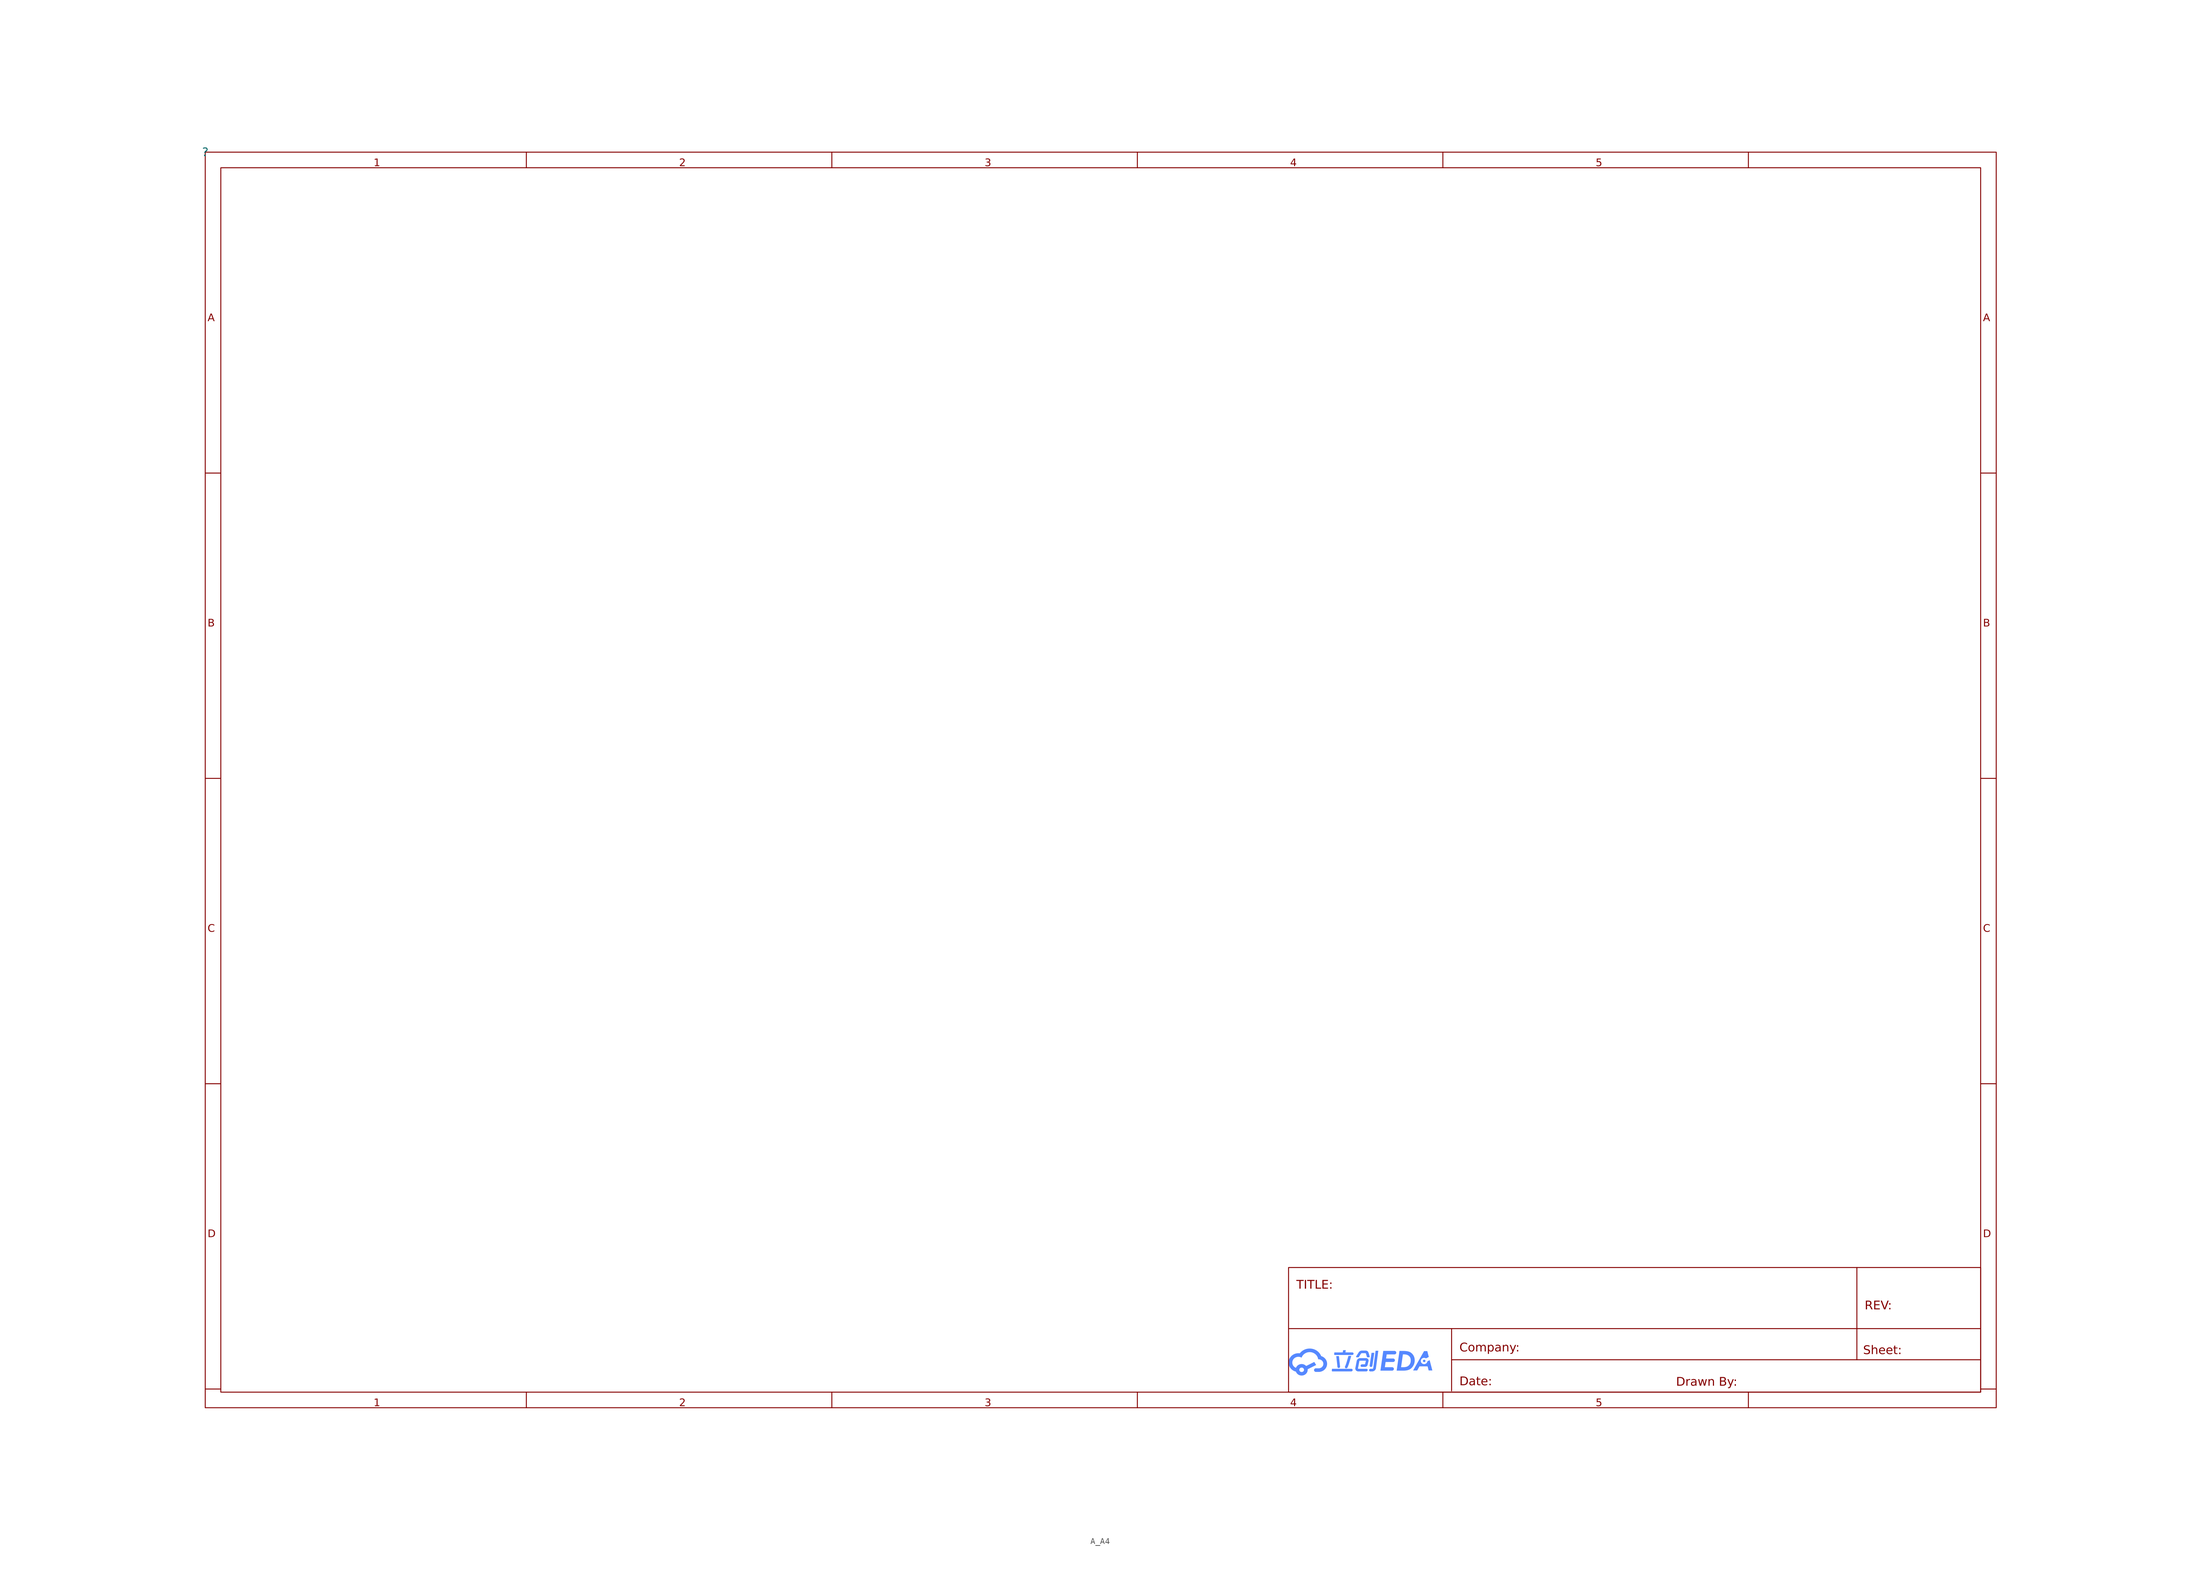
<source format=kicad_sym>
(kicad_symbol_lib
  (version 20231120)
  (generator "kicad_symbol_editor")
  (generator_version "8.0")
  (symbol "A_A4"
    (property "Reference" ""
      (at 0 0 0)
      (effects (font (size 1.27 1.27))))
    (property "Value" ""
      (at 0 0 0)
      (effects (font (size 1.27 1.27))))
    (symbol "A_A4_0_0"
      (polyline (pts (xy 190.19 -197.881) (xy 190.188 -197.891) (xy 190.186 -197.901) (xy 190.183 -197.911) (xy 190.18 -197.92) (xy 190.177 -197.93) (xy 190.173 -197.939) (xy 190.168 -197.948) (xy 190.163 -197.957) (xy 190.158 -197.966) (xy 190.153 -197.974) (xy 190.147 -197.982) (xy 190.141 -197.99) (xy 190.134 -197.998) (xy 190.127 -198.005) (xy 190.12 -198.012) (xy 190.112 -198.018) (xy 190.104 -198.025) (xy 190.096 -198.031) (xy 190.088 -198.036) (xy 190.079 -198.042) (xy 190.07 -198.047) (xy 190.061 -198.051) (xy 190.052 -198.055) (xy 190.042 -198.059) (xy 190.032 -198.062) (xy 190.022 -198.065) (xy 190.012 -198.068) (xy 190.002 -198.07) (xy 189.991 -198.072) (xy 189.981 -198.073) (xy 189.97 -198.074) (xy 189.959 -198.074) (xy 189.951 -198.074) (xy 189.94 -198.074) (xy 189.929 -198.073) (xy 189.918 -198.071) (xy 189.907 -198.069) (xy 189.896 -198.067) (xy 189.886 -198.064) (xy 189.875 -198.06) (xy 189.865 -198.056) (xy 189.856 -198.052) (xy 189.846 -198.046) (xy 189.837 -198.041) (xy 189.827 -198.035) (xy 189.819 -198.029) (xy 189.81 -198.022) (xy 189.803 -198.015) (xy 189.795 -198.007) (xy 189.788 -197.999) (xy 189.781 -197.99) (xy 189.775 -197.981) (xy 189.769 -197.972) (xy 189.764 -197.963) (xy 189.759 -197.953) (xy 189.755 -197.943) (xy 189.752 -197.933) (xy 189.749 -197.923) (xy 189.746 -197.913) (xy 189.744 -197.903) (xy 189.743 -197.892) (xy 189.742 -197.882) (xy 189.742 -197.871) (xy 189.743 -197.861) (xy 189.744 -197.851) (xy 190.052 -195.771) (xy 190.502 -195.771) (xy 190.19 -197.881)) (stroke (width -0.0001) (type solid)) (fill (type color) (color 85 136 255 1)))
      (polyline (pts (xy 186.751 -196.278) (xy 186.749 -196.283) (xy 186.676 -196.521) (xy 186.604 -196.769) (xy 186.456 -197.272) (xy 186.38 -197.517) (xy 186.3 -197.751) (xy 186.217 -197.969) (xy 186.174 -198.071) (xy 186.13 -198.166) (xy 186.122 -198.18) (xy 186.113 -198.194) (xy 186.103 -198.207) (xy 186.093 -198.219) (xy 186.081 -198.23) (xy 186.069 -198.241) (xy 186.057 -198.25) (xy 186.043 -198.259) (xy 186.029 -198.267) (xy 186.015 -198.274) (xy 186 -198.28) (xy 185.984 -198.285) (xy 185.969 -198.289) (xy 185.953 -198.292) (xy 185.937 -198.293) (xy 185.921 -198.294) (xy 185.913 -198.294) (xy 185.906 -198.293) (xy 185.899 -198.293) (xy 185.892 -198.292) (xy 185.885 -198.291) (xy 185.878 -198.29) (xy 185.871 -198.288) (xy 185.864 -198.287) (xy 185.841 -198.281) (xy 185.831 -198.277) (xy 185.822 -198.273) (xy 185.812 -198.268) (xy 185.804 -198.263) (xy 185.795 -198.257) (xy 185.787 -198.252) (xy 185.779 -198.246) (xy 185.772 -198.239) (xy 185.765 -198.232) (xy 185.758 -198.225) (xy 185.752 -198.218) (xy 185.746 -198.21) (xy 185.74 -198.202) (xy 185.736 -198.194) (xy 185.731 -198.185) (xy 185.727 -198.177) (xy 185.723 -198.166) (xy 185.719 -198.156) (xy 185.716 -198.146) (xy 185.713 -198.135) (xy 185.711 -198.125) (xy 185.709 -198.114) (xy 185.709 -198.104) (xy 185.708 -198.093) (xy 185.709 -198.083) (xy 185.709 -198.072) (xy 185.711 -198.061) (xy 185.713 -198.051) (xy 185.716 -198.041) (xy 185.719 -198.03) (xy 185.723 -198.02) (xy 185.727 -198.01) (xy 185.767 -197.924) (xy 185.806 -197.832) (xy 185.88 -197.633) (xy 185.952 -197.417) (xy 186.022 -197.19) (xy 186.157 -196.72) (xy 186.224 -196.489) (xy 186.292 -196.267) (xy 186.754 -196.267) (xy 186.751 -196.278)) (stroke (width -0.0001) (type solid)) (fill (type color) (color 85 136 255 1)))
      (polyline (pts (xy 184.925 -198.014) (xy 184.926 -198.024) (xy 184.926 -198.034) (xy 184.925 -198.043) (xy 184.925 -198.052) (xy 184.923 -198.062) (xy 184.922 -198.071) (xy 184.92 -198.08) (xy 184.917 -198.089) (xy 184.914 -198.098) (xy 184.911 -198.107) (xy 184.907 -198.115) (xy 184.903 -198.124) (xy 184.899 -198.132) (xy 184.894 -198.14) (xy 184.888 -198.148) (xy 184.883 -198.155) (xy 184.877 -198.163) (xy 184.871 -198.17) (xy 184.864 -198.177) (xy 184.857 -198.184) (xy 184.85 -198.19) (xy 184.842 -198.196) (xy 184.834 -198.202) (xy 184.826 -198.208) (xy 184.818 -198.213) (xy 184.809 -198.218) (xy 184.8 -198.223) (xy 184.791 -198.227) (xy 184.781 -198.231) (xy 184.772 -198.234) (xy 184.762 -198.238) (xy 184.752 -198.24) (xy 184.747 -198.242) (xy 184.741 -198.243) (xy 184.735 -198.244) (xy 184.73 -198.245) (xy 184.724 -198.245) (xy 184.718 -198.246) (xy 184.712 -198.246) (xy 184.706 -198.246) (xy 184.7 -198.246) (xy 184.691 -198.246) (xy 184.681 -198.246) (xy 184.672 -198.245) (xy 184.663 -198.243) (xy 184.654 -198.242) (xy 184.645 -198.24) (xy 184.636 -198.237) (xy 184.627 -198.235) (xy 184.619 -198.232) (xy 184.611 -198.228) (xy 184.603 -198.225) (xy 184.595 -198.221) (xy 184.588 -198.216) (xy 184.581 -198.212) (xy 184.574 -198.207) (xy 184.567 -198.202) (xy 184.56 -198.196) (xy 184.554 -198.191) (xy 184.548 -198.185) (xy 184.542 -198.179) (xy 184.537 -198.172) (xy 184.532 -198.165) (xy 184.527 -198.158) (xy 184.523 -198.151) (xy 184.518 -198.144) (xy 184.514 -198.136) (xy 184.511 -198.128) (xy 184.508 -198.12) (xy 184.505 -198.112) (xy 184.503 -198.103) (xy 184.501 -198.095) (xy 184.499 -198.086) (xy 184.499 -198.08) (xy 184.302 -196.304) (xy 184.302 -196.302) (xy 184.739 -196.302) (xy 184.925 -198.014)) (stroke (width -0.0001) (type solid)) (fill (type color) (color 85 136 255 1)))
      (polyline (pts (xy 186.779 -198.375) (xy 186.789 -198.375) (xy 186.8 -198.377) (xy 186.81 -198.379) (xy 186.821 -198.381) (xy 186.831 -198.384) (xy 186.841 -198.387) (xy 186.851 -198.392) (xy 186.86 -198.396) (xy 186.87 -198.401) (xy 186.879 -198.406) (xy 186.888 -198.412) (xy 186.897 -198.418) (xy 186.905 -198.425) (xy 186.913 -198.432) (xy 186.921 -198.44) (xy 186.928 -198.448) (xy 186.934 -198.457) (xy 186.94 -198.466) (xy 186.946 -198.475) (xy 186.951 -198.484) (xy 186.956 -198.494) (xy 186.96 -198.504) (xy 186.963 -198.514) (xy 186.966 -198.524) (xy 186.969 -198.535) (xy 186.97 -198.545) (xy 186.972 -198.556) (xy 186.972 -198.566) (xy 186.972 -198.577) (xy 186.972 -198.588) (xy 186.971 -198.599) (xy 186.969 -198.609) (xy 186.967 -198.619) (xy 186.965 -198.63) (xy 186.963 -198.639) (xy 186.959 -198.649) (xy 186.956 -198.658) (xy 186.952 -198.668) (xy 186.947 -198.677) (xy 186.943 -198.685) (xy 186.938 -198.694) (xy 186.932 -198.702) (xy 186.926 -198.71) (xy 186.92 -198.718) (xy 186.913 -198.726) (xy 186.906 -198.733) (xy 186.899 -198.74) (xy 186.891 -198.747) (xy 186.884 -198.753) (xy 186.875 -198.759) (xy 186.867 -198.765) (xy 186.859 -198.77) (xy 186.85 -198.775) (xy 186.841 -198.78) (xy 186.832 -198.784) (xy 186.822 -198.788) (xy 186.812 -198.791) (xy 186.803 -198.794) (xy 186.793 -198.797) (xy 186.783 -198.799) (xy 186.773 -198.801) (xy 186.762 -198.802) (xy 186.752 -198.803) (xy 186.741 -198.803) (xy 183.68 -198.803) (xy 183.674 -198.803) (xy 183.669 -198.802) (xy 183.664 -198.802) (xy 183.659 -198.801) (xy 183.654 -198.8) (xy 183.649 -198.798) (xy 183.644 -198.797) (xy 183.639 -198.795) (xy 183.635 -198.793) (xy 183.63 -198.791) (xy 183.626 -198.788) (xy 183.622 -198.786) (xy 183.618 -198.783) (xy 183.614 -198.78) (xy 183.61 -198.777) (xy 183.607 -198.774) (xy 183.603 -198.77) (xy 183.6 -198.767) (xy 183.597 -198.763) (xy 183.594 -198.759) (xy 183.591 -198.755) (xy 183.589 -198.751) (xy 183.587 -198.747) (xy 183.585 -198.743) (xy 183.583 -198.738) (xy 183.581 -198.734) (xy 183.58 -198.729) (xy 183.579 -198.724) (xy 183.578 -198.719) (xy 183.577 -198.714) (xy 183.577 -198.71) (xy 183.577 -198.705) (xy 183.577 -198.703) (xy 183.575 -198.703) (xy 183.608 -198.374) (xy 186.768 -198.374) (xy 186.779 -198.375)) (stroke (width -0.0001) (type solid)) (fill (type color) (color 85 136 255 1)))
      (polyline (pts (xy 199.384 -196.441) (xy 198.925 -196.681) (xy 198.909 -196.671) (xy 198.892 -196.661) (xy 198.875 -196.651) (xy 198.857 -196.643) (xy 198.839 -196.634) (xy 198.82 -196.627) (xy 198.802 -196.62) (xy 198.782 -196.614) (xy 198.763 -196.608) (xy 198.743 -196.603) (xy 198.723 -196.599) (xy 198.703 -196.596) (xy 198.682 -196.593) (xy 198.661 -196.591) (xy 198.64 -196.59) (xy 198.619 -196.589) (xy 198.591 -196.59) (xy 198.564 -196.592) (xy 198.537 -196.595) (xy 198.511 -196.6) (xy 198.485 -196.605) (xy 198.459 -196.612) (xy 198.434 -196.62) (xy 198.41 -196.63) (xy 198.386 -196.64) (xy 198.363 -196.651) (xy 198.341 -196.663) (xy 198.319 -196.677) (xy 198.298 -196.691) (xy 198.278 -196.706) (xy 198.258 -196.722) (xy 198.239 -196.739) (xy 198.222 -196.757) (xy 198.205 -196.775) (xy 198.189 -196.795) (xy 198.174 -196.815) (xy 198.16 -196.836) (xy 198.147 -196.857) (xy 198.135 -196.879) (xy 198.124 -196.902) (xy 198.115 -196.925) (xy 198.106 -196.949) (xy 198.099 -196.973) (xy 198.093 -196.998) (xy 198.088 -197.023) (xy 198.085 -197.049) (xy 198.083 -197.075) (xy 198.082 -197.101) (xy 198.083 -197.127) (xy 198.085 -197.153) (xy 198.088 -197.179) (xy 198.093 -197.204) (xy 198.099 -197.229) (xy 198.106 -197.253) (xy 198.115 -197.277) (xy 198.124 -197.3) (xy 198.135 -197.323) (xy 198.147 -197.345) (xy 198.16 -197.366) (xy 198.174 -197.387) (xy 198.189 -197.407) (xy 198.205 -197.427) (xy 198.222 -197.445) (xy 198.239 -197.463) (xy 198.258 -197.48) (xy 198.278 -197.496) (xy 198.298 -197.511) (xy 198.319 -197.525) (xy 198.341 -197.539) (xy 198.363 -197.551) (xy 198.386 -197.562) (xy 198.41 -197.572) (xy 198.434 -197.582) (xy 198.459 -197.59) (xy 198.485 -197.597) (xy 198.511 -197.602) (xy 198.537 -197.607) (xy 198.564 -197.61) (xy 198.591 -197.612) (xy 198.619 -197.613) (xy 198.645 -197.612) (xy 198.67 -197.61) (xy 198.695 -197.608) (xy 198.72 -197.604) (xy 198.744 -197.599) (xy 198.768 -197.593) (xy 198.792 -197.586) (xy 198.815 -197.578) (xy 198.837 -197.569) (xy 198.859 -197.559) (xy 198.88 -197.548) (xy 198.901 -197.536) (xy 198.921 -197.524) (xy 198.941 -197.51) (xy 198.959 -197.496) (xy 198.978 -197.481) (xy 198.995 -197.466) (xy 199.012 -197.449) (xy 199.028 -197.432) (xy 199.043 -197.414) (xy 199.057 -197.396) (xy 199.071 -197.377) (xy 199.083 -197.357) (xy 199.095 -197.337) (xy 199.106 -197.317) (xy 199.115 -197.295) (xy 199.124 -197.274) (xy 199.132 -197.252) (xy 199.139 -197.229) (xy 199.145 -197.206) (xy 199.149 -197.183) (xy 199.153 -197.159) (xy 199.523 -196.966) (xy 199.963 -198.647) (xy 199.359 -198.647) (xy 199.182 -197.976) (xy 197.869 -197.976) (xy 197.492 -198.647) (xy 196.823 -198.647) (xy 198.611 -195.49) (xy 199.136 -195.49) (xy 199.384 -196.441)) (stroke (width -0.0001) (type solid)) (fill (type color) (color 85 136 255 1)))
      (polyline (pts (xy 198.643 -196.893) (xy 198.654 -196.894) (xy 198.664 -196.895) (xy 198.674 -196.897) (xy 198.685 -196.899) (xy 198.694 -196.902) (xy 198.704 -196.905) (xy 198.713 -196.909) (xy 198.722 -196.913) (xy 198.731 -196.918) (xy 198.74 -196.923) (xy 198.748 -196.928) (xy 198.756 -196.933) (xy 198.764 -196.939) (xy 198.772 -196.946) (xy 198.779 -196.952) (xy 198.786 -196.959) (xy 198.792 -196.966) (xy 198.798 -196.974) (xy 198.804 -196.982) (xy 198.809 -196.99) (xy 198.814 -196.998) (xy 198.819 -197.007) (xy 198.823 -197.016) (xy 198.826 -197.025) (xy 198.829 -197.034) (xy 198.832 -197.043) (xy 198.834 -197.053) (xy 198.836 -197.063) (xy 198.837 -197.072) (xy 198.838 -197.083) (xy 198.838 -197.093) (xy 198.838 -197.103) (xy 198.837 -197.113) (xy 198.835 -197.123) (xy 198.833 -197.132) (xy 198.831 -197.142) (xy 198.828 -197.151) (xy 198.825 -197.161) (xy 198.821 -197.17) (xy 198.817 -197.178) (xy 198.812 -197.187) (xy 198.807 -197.195) (xy 198.801 -197.203) (xy 198.796 -197.211) (xy 198.789 -197.218) (xy 198.783 -197.225) (xy 198.776 -197.232) (xy 198.768 -197.238) (xy 198.761 -197.245) (xy 198.753 -197.25) (xy 198.745 -197.256) (xy 198.736 -197.261) (xy 198.727 -197.266) (xy 198.719 -197.27) (xy 198.709 -197.274) (xy 198.7 -197.277) (xy 198.69 -197.28) (xy 198.68 -197.283) (xy 198.67 -197.285) (xy 198.66 -197.286) (xy 198.649 -197.288) (xy 198.639 -197.288) (xy 198.628 -197.288) (xy 198.618 -197.288) (xy 198.607 -197.287) (xy 198.597 -197.286) (xy 198.587 -197.284) (xy 198.577 -197.282) (xy 198.567 -197.279) (xy 198.557 -197.276) (xy 198.548 -197.272) (xy 198.539 -197.268) (xy 198.53 -197.264) (xy 198.521 -197.259) (xy 198.513 -197.254) (xy 198.505 -197.248) (xy 198.497 -197.242) (xy 198.489 -197.236) (xy 198.482 -197.229) (xy 198.475 -197.222) (xy 198.469 -197.215) (xy 198.463 -197.207) (xy 198.457 -197.2) (xy 198.452 -197.191) (xy 198.447 -197.183) (xy 198.442 -197.174) (xy 198.438 -197.166) (xy 198.435 -197.157) (xy 198.432 -197.147) (xy 198.429 -197.138) (xy 198.427 -197.128) (xy 198.425 -197.119) (xy 198.424 -197.109) (xy 198.423 -197.099) (xy 198.423 -197.089) (xy 198.423 -197.078) (xy 198.424 -197.068) (xy 198.426 -197.058) (xy 198.428 -197.049) (xy 198.43 -197.039) (xy 198.433 -197.03) (xy 198.436 -197.021) (xy 198.44 -197.012) (xy 198.444 -197.003) (xy 198.449 -196.994) (xy 198.454 -196.986) (xy 198.46 -196.978) (xy 198.465 -196.971) (xy 198.472 -196.963) (xy 198.478 -196.956) (xy 198.485 -196.949) (xy 198.493 -196.943) (xy 198.5 -196.937) (xy 198.508 -196.931) (xy 198.516 -196.925) (xy 198.525 -196.92) (xy 198.534 -196.916) (xy 198.542 -196.911) (xy 198.552 -196.907) (xy 198.561 -196.904) (xy 198.571 -196.901) (xy 198.581 -196.899) (xy 198.591 -196.896) (xy 198.601 -196.895) (xy 198.612 -196.894) (xy 198.622 -196.893) (xy 198.633 -196.893) (xy 198.643 -196.893)) (stroke (width -0.0001) (type solid)) (fill (type color) (color 85 136 255 1)))
      (polyline (pts (xy 190.77 -198.275) (xy 190.763 -198.315) (xy 190.754 -198.355) (xy 190.742 -198.393) (xy 190.727 -198.43) (xy 190.71 -198.466) (xy 190.691 -198.501) (xy 190.669 -198.534) (xy 190.645 -198.566) (xy 190.619 -198.596) (xy 190.591 -198.624) (xy 190.561 -198.651) (xy 190.529 -198.676) (xy 190.495 -198.699) (xy 190.46 -198.72) (xy 190.422 -198.738) (xy 190.383 -198.755) (xy 190.37 -198.761) (xy 190.357 -198.767) (xy 190.344 -198.772) (xy 190.331 -198.776) (xy 190.317 -198.781) (xy 190.303 -198.785) (xy 190.289 -198.788) (xy 190.275 -198.791) (xy 190.261 -198.794) (xy 190.247 -198.796) (xy 190.232 -198.798) (xy 190.218 -198.8) (xy 190.203 -198.801) (xy 190.188 -198.802) (xy 190.172 -198.803) (xy 190.157 -198.803) (xy 189.851 -198.803) (xy 189.84 -198.803) (xy 189.829 -198.802) (xy 189.818 -198.8) (xy 189.807 -198.798) (xy 189.797 -198.796) (xy 189.786 -198.793) (xy 189.776 -198.789) (xy 189.766 -198.785) (xy 189.756 -198.78) (xy 189.746 -198.775) (xy 189.737 -198.77) (xy 189.728 -198.764) (xy 189.719 -198.757) (xy 189.711 -198.751) (xy 189.703 -198.744) (xy 189.695 -198.736) (xy 189.688 -198.728) (xy 189.681 -198.719) (xy 189.675 -198.71) (xy 189.67 -198.701) (xy 189.665 -198.692) (xy 189.66 -198.682) (xy 189.656 -198.673) (xy 189.653 -198.663) (xy 189.65 -198.653) (xy 189.647 -198.642) (xy 189.645 -198.632) (xy 189.644 -198.621) (xy 189.643 -198.611) (xy 189.643 -198.6) (xy 189.644 -198.589) (xy 189.645 -198.578) (xy 189.647 -198.571) (xy 189.648 -198.561) (xy 189.651 -198.551) (xy 189.653 -198.541) (xy 189.656 -198.531) (xy 189.66 -198.522) (xy 189.664 -198.513) (xy 189.668 -198.504) (xy 189.673 -198.495) (xy 189.679 -198.486) (xy 189.684 -198.478) (xy 189.69 -198.47) (xy 189.697 -198.462) (xy 189.703 -198.454) (xy 189.71 -198.447) (xy 189.718 -198.44) (xy 189.725 -198.433) (xy 189.733 -198.427) (xy 189.742 -198.421) (xy 189.75 -198.415) (xy 189.759 -198.41) (xy 189.768 -198.405) (xy 189.777 -198.4) (xy 189.786 -198.396) (xy 189.796 -198.392) (xy 189.805 -198.389) (xy 189.815 -198.386) (xy 189.826 -198.383) (xy 189.836 -198.381) (xy 189.846 -198.38) (xy 189.857 -198.378) (xy 189.867 -198.378) (xy 189.878 -198.377) (xy 190.184 -198.377) (xy 190.19 -198.377) (xy 190.197 -198.377) (xy 190.203 -198.376) (xy 190.209 -198.375) (xy 190.215 -198.374) (xy 190.221 -198.372) (xy 190.227 -198.37) (xy 190.233 -198.368) (xy 190.239 -198.366) (xy 190.245 -198.363) (xy 190.25 -198.36) (xy 190.256 -198.357) (xy 190.261 -198.353) (xy 190.267 -198.349) (xy 190.272 -198.345) (xy 190.277 -198.34) (xy 190.282 -198.334) (xy 190.288 -198.329) (xy 190.293 -198.323) (xy 190.297 -198.317) (xy 190.302 -198.311) (xy 190.306 -198.305) (xy 190.31 -198.299) (xy 190.313 -198.293) (xy 190.316 -198.287) (xy 190.319 -198.281) (xy 190.322 -198.274) (xy 190.324 -198.268) (xy 190.326 -198.262) (xy 190.328 -198.256) (xy 190.329 -198.25) (xy 190.33 -198.244) (xy 190.713 -195.432) (xy 191.157 -195.432) (xy 190.77 -198.275)) (stroke (width -0.0001) (type solid)) (fill (type color) (color 85 136 255 1)))
      (polyline (pts (xy 185.799 -195.704) (xy 186.916 -195.704) (xy 186.928 -195.704) (xy 186.94 -195.705) (xy 186.951 -195.707) (xy 186.962 -195.708) (xy 186.973 -195.711) (xy 186.984 -195.714) (xy 186.995 -195.717) (xy 187.005 -195.721) (xy 187.015 -195.726) (xy 187.024 -195.731) (xy 187.033 -195.736) (xy 187.042 -195.743) (xy 187.051 -195.749) (xy 187.059 -195.756) (xy 187.066 -195.764) (xy 187.074 -195.773) (xy 187.081 -195.781) (xy 187.087 -195.789) (xy 187.093 -195.798) (xy 187.099 -195.807) (xy 187.104 -195.817) (xy 187.108 -195.826) (xy 187.112 -195.836) (xy 187.115 -195.846) (xy 187.118 -195.856) (xy 187.12 -195.867) (xy 187.122 -195.877) (xy 187.123 -195.888) (xy 187.124 -195.899) (xy 187.124 -195.91) (xy 187.123 -195.921) (xy 187.122 -195.932) (xy 187.122 -195.935) (xy 187.12 -195.945) (xy 187.118 -195.955) (xy 187.115 -195.965) (xy 187.112 -195.974) (xy 187.109 -195.983) (xy 187.105 -195.993) (xy 187.101 -196.002) (xy 187.096 -196.01) (xy 187.091 -196.019) (xy 187.085 -196.027) (xy 187.079 -196.035) (xy 187.073 -196.043) (xy 187.066 -196.05) (xy 187.059 -196.057) (xy 187.052 -196.064) (xy 187.045 -196.071) (xy 187.037 -196.077) (xy 187.029 -196.083) (xy 187.02 -196.088) (xy 187.011 -196.094) (xy 187.002 -196.098) (xy 186.993 -196.103) (xy 186.984 -196.107) (xy 186.974 -196.111) (xy 186.964 -196.114) (xy 186.954 -196.117) (xy 186.944 -196.119) (xy 186.934 -196.121) (xy 186.923 -196.123) (xy 186.913 -196.124) (xy 186.902 -196.125) (xy 186.891 -196.125) (xy 184.059 -196.125) (xy 184.059 -196.124) (xy 184.054 -196.123) (xy 184.048 -196.123) (xy 184.043 -196.122) (xy 184.038 -196.121) (xy 184.034 -196.12) (xy 184.029 -196.119) (xy 184.024 -196.117) (xy 184.019 -196.115) (xy 184.015 -196.113) (xy 184.011 -196.111) (xy 184.006 -196.109) (xy 184.002 -196.106) (xy 183.998 -196.103) (xy 183.994 -196.1) (xy 183.991 -196.097) (xy 183.987 -196.094) (xy 183.984 -196.091) (xy 183.981 -196.087) (xy 183.978 -196.083) (xy 183.975 -196.08) (xy 183.972 -196.076) (xy 183.97 -196.072) (xy 183.968 -196.067) (xy 183.965 -196.063) (xy 183.964 -196.059) (xy 183.962 -196.054) (xy 183.961 -196.05) (xy 183.96 -196.045) (xy 183.959 -196.04) (xy 183.958 -196.035) (xy 183.958 -196.03) (xy 183.958 -196.025) (xy 183.958 -196.02) (xy 183.958 -196.018) (xy 183.958 -196.015) (xy 183.958 -196.013) (xy 183.958 -196.012) (xy 183.958 -196.011) (xy 183.958 -196.01) (xy 183.958 -196.008) (xy 183.959 -196.007) (xy 183.959 -196.006) (xy 183.989 -195.706) (xy 185.351 -195.704) (xy 185.402 -195.42) (xy 185.403 -195.416) (xy 185.404 -195.411) (xy 185.405 -195.407) (xy 185.406 -195.402) (xy 185.408 -195.398) (xy 185.41 -195.394) (xy 185.411 -195.39) (xy 185.413 -195.386) (xy 185.416 -195.382) (xy 185.418 -195.378) (xy 185.421 -195.375) (xy 185.423 -195.371) (xy 185.426 -195.368) (xy 185.429 -195.365) (xy 185.432 -195.362) (xy 185.435 -195.358) (xy 185.439 -195.356) (xy 185.442 -195.353) (xy 185.446 -195.351) (xy 185.45 -195.348) (xy 185.454 -195.346) (xy 185.458 -195.344) (xy 185.462 -195.342) (xy 185.466 -195.34) (xy 185.47 -195.339) (xy 185.475 -195.338) (xy 185.479 -195.336) (xy 185.483 -195.335) (xy 185.488 -195.335) (xy 185.493 -195.334) (xy 185.498 -195.334) (xy 185.502 -195.334) (xy 185.858 -195.334) (xy 185.799 -195.704)) (stroke (width -0.0001) (type solid)) (fill (type color) (color 85 136 255 1)))
      (polyline (pts (xy 195.234 -195.459) (xy 195.323 -195.461) (xy 195.41 -195.465) (xy 195.494 -195.469) (xy 195.574 -195.475) (xy 195.652 -195.483) (xy 195.726 -195.491) (xy 195.798 -195.501) (xy 195.866 -195.512) (xy 195.932 -195.525) (xy 195.994 -195.539) (xy 196.054 -195.554) (xy 196.11 -195.571) (xy 196.163 -195.589) (xy 196.214 -195.608) (xy 196.261 -195.628) (xy 196.307 -195.65) (xy 196.351 -195.674) (xy 196.394 -195.699) (xy 196.436 -195.725) (xy 196.478 -195.753) (xy 196.518 -195.783) (xy 196.557 -195.814) (xy 196.595 -195.846) (xy 196.631 -195.88) (xy 196.667 -195.916) (xy 196.702 -195.953) (xy 196.735 -195.991) (xy 196.768 -196.031) (xy 196.799 -196.073) (xy 196.83 -196.116) (xy 196.859 -196.161) (xy 196.887 -196.207) (xy 196.913 -196.254) (xy 196.937 -196.301) (xy 196.959 -196.35) (xy 196.98 -196.399) (xy 196.999 -196.449) (xy 197.016 -196.5) (xy 197.031 -196.553) (xy 197.044 -196.605) (xy 197.056 -196.659) (xy 197.066 -196.714) (xy 197.074 -196.769) (xy 197.08 -196.826) (xy 197.085 -196.883) (xy 197.087 -196.941) (xy 197.088 -197) (xy 197.087 -197.06) (xy 197.084 -197.12) (xy 197.08 -197.18) (xy 197.073 -197.238) (xy 197.064 -197.297) (xy 197.054 -197.354) (xy 197.042 -197.411) (xy 197.027 -197.467) (xy 197.011 -197.523) (xy 196.993 -197.578) (xy 196.973 -197.633) (xy 196.951 -197.687) (xy 196.927 -197.74) (xy 196.901 -197.793) (xy 196.873 -197.845) (xy 196.843 -197.897) (xy 196.812 -197.947) (xy 196.78 -197.995) (xy 196.747 -198.042) (xy 196.713 -198.087) (xy 196.678 -198.13) (xy 196.642 -198.172) (xy 196.605 -198.212) (xy 196.567 -198.25) (xy 196.528 -198.286) (xy 196.488 -198.321) (xy 196.447 -198.353) (xy 196.405 -198.385) (xy 196.362 -198.414) (xy 196.318 -198.442) (xy 196.273 -198.468) (xy 196.227 -198.492) (xy 196.179 -198.515) (xy 196.129 -198.536) (xy 196.077 -198.556) (xy 196.023 -198.574) (xy 195.966 -198.591) (xy 195.907 -198.606) (xy 195.846 -198.62) (xy 195.782 -198.632) (xy 195.717 -198.643) (xy 195.649 -198.653) (xy 195.578 -198.661) (xy 195.506 -198.668) (xy 195.431 -198.673) (xy 195.355 -198.676) (xy 195.275 -198.679) (xy 195.194 -198.679) (xy 194.144 -198.679) (xy 194.224 -198.117) (xy 194.865 -198.117) (xy 195.074 -198.117) (xy 195.19 -198.116) (xy 195.298 -198.112) (xy 195.349 -198.109) (xy 195.398 -198.106) (xy 195.445 -198.102) (xy 195.489 -198.097) (xy 195.532 -198.092) (xy 195.572 -198.086) (xy 195.611 -198.08) (xy 195.647 -198.073) (xy 195.681 -198.066) (xy 195.713 -198.058) (xy 195.743 -198.049) (xy 195.771 -198.04) (xy 195.809 -198.025) (xy 195.845 -198.01) (xy 195.881 -197.993) (xy 195.916 -197.975) (xy 195.95 -197.956) (xy 195.982 -197.936) (xy 196.014 -197.914) (xy 196.045 -197.891) (xy 196.075 -197.867) (xy 196.104 -197.842) (xy 196.132 -197.815) (xy 196.159 -197.788) (xy 196.185 -197.759) (xy 196.211 -197.729) (xy 196.235 -197.697) (xy 196.258 -197.665) (xy 196.28 -197.631) (xy 196.301 -197.596) (xy 196.32 -197.561) (xy 196.338 -197.524) (xy 196.354 -197.487) (xy 196.369 -197.449) (xy 196.383 -197.409) (xy 196.395 -197.369) (xy 196.406 -197.328) (xy 196.415 -197.286) (xy 196.423 -197.243) (xy 196.429 -197.199) (xy 196.434 -197.154) (xy 196.438 -197.108) (xy 196.44 -197.061) (xy 196.441 -197.013) (xy 196.44 -196.974) (xy 196.439 -196.935) (xy 196.436 -196.897) (xy 196.433 -196.86) (xy 196.428 -196.824) (xy 196.422 -196.788) (xy 196.416 -196.754) (xy 196.408 -196.72) (xy 196.399 -196.687) (xy 196.39 -196.655) (xy 196.379 -196.623) (xy 196.368 -196.592) (xy 196.355 -196.562) (xy 196.341 -196.534) (xy 196.327 -196.505) (xy 196.311 -196.478) (xy 196.295 -196.451) (xy 196.277 -196.425) (xy 196.259 -196.4) (xy 196.24 -196.376) (xy 196.22 -196.352) (xy 196.2 -196.33) (xy 196.178 -196.308) (xy 196.156 -196.287) (xy 196.133 -196.266) (xy 196.109 -196.247) (xy 196.084 -196.228) (xy 196.058 -196.21) (xy 196.032 -196.192) (xy 196.005 -196.176) (xy 195.976 -196.16) (xy 195.948 -196.144) (xy 195.917 -196.13) (xy 195.886 -196.117) (xy 195.854 -196.104) (xy 195.82 -196.093) (xy 195.785 -196.082) (xy 195.749 -196.073) (xy 195.712 -196.064) (xy 195.673 -196.056) (xy 195.634 -196.049) (xy 195.593 -196.043) (xy 195.551 -196.038) (xy 195.507 -196.034) (xy 195.463 -196.031) (xy 195.417 -196.029) (xy 195.37 -196.028) (xy 195.322 -196.027) (xy 195.163 -196.027) (xy 194.865 -198.117) (xy 194.224 -198.117) (xy 194.606 -195.459) (xy 195.141 -195.459) (xy 195.234 -195.459)) (stroke (width -0.0001) (type solid)) (fill (type color) (color 85 136 255 1)))
      (polyline (pts (xy 193.8 -195.458) (xy 193.815 -195.459) (xy 193.831 -195.461) (xy 193.845 -195.463) (xy 193.86 -195.466) (xy 193.874 -195.47) (xy 193.888 -195.475) (xy 193.901 -195.48) (xy 193.915 -195.486) (xy 193.928 -195.492) (xy 193.94 -195.499) (xy 193.952 -195.506) (xy 193.964 -195.514) (xy 193.976 -195.523) (xy 193.987 -195.531) (xy 193.997 -195.541) (xy 194.007 -195.551) (xy 194.017 -195.561) (xy 194.026 -195.572) (xy 194.034 -195.583) (xy 194.042 -195.595) (xy 194.049 -195.607) (xy 194.056 -195.619) (xy 194.062 -195.632) (xy 194.068 -195.645) (xy 194.073 -195.658) (xy 194.077 -195.672) (xy 194.081 -195.685) (xy 194.083 -195.699) (xy 194.085 -195.714) (xy 194.087 -195.728) (xy 194.088 -195.743) (xy 194.087 -195.758) (xy 194.086 -195.772) (xy 194.084 -195.786) (xy 194.082 -195.8) (xy 194.078 -195.814) (xy 194.074 -195.828) (xy 194.069 -195.841) (xy 194.064 -195.854) (xy 194.058 -195.867) (xy 194.051 -195.879) (xy 194.044 -195.891) (xy 194.036 -195.903) (xy 194.028 -195.914) (xy 194.019 -195.924) (xy 194.01 -195.935) (xy 194 -195.945) (xy 193.989 -195.954) (xy 193.979 -195.963) (xy 193.967 -195.972) (xy 193.956 -195.98) (xy 193.943 -195.987) (xy 193.931 -195.994) (xy 193.918 -196) (xy 193.905 -196.006) (xy 193.891 -196.011) (xy 193.877 -196.016) (xy 193.863 -196.019) (xy 193.848 -196.023) (xy 193.834 -196.025) (xy 193.819 -196.027) (xy 193.803 -196.028) (xy 193.788 -196.029) (xy 192.524 -196.03) (xy 192.427 -196.698) (xy 193.612 -196.698) (xy 193.625 -196.7) (xy 193.638 -196.703) (xy 193.651 -196.707) (xy 193.663 -196.711) (xy 193.675 -196.715) (xy 193.688 -196.72) (xy 193.699 -196.726) (xy 193.711 -196.731) (xy 193.722 -196.738) (xy 193.732 -196.744) (xy 193.743 -196.752) (xy 193.753 -196.759) (xy 193.763 -196.767) (xy 193.772 -196.776) (xy 193.781 -196.785) (xy 193.79 -196.794) (xy 193.798 -196.803) (xy 193.806 -196.813) (xy 193.813 -196.823) (xy 193.82 -196.834) (xy 193.826 -196.845) (xy 193.832 -196.856) (xy 193.837 -196.867) (xy 193.842 -196.879) (xy 193.847 -196.891) (xy 193.851 -196.903) (xy 193.854 -196.915) (xy 193.856 -196.927) (xy 193.859 -196.94) (xy 193.86 -196.953) (xy 193.861 -196.966) (xy 193.861 -196.979) (xy 193.861 -196.994) (xy 193.86 -197.008) (xy 193.858 -197.023) (xy 193.855 -197.037) (xy 193.852 -197.05) (xy 193.848 -197.064) (xy 193.843 -197.077) (xy 193.838 -197.09) (xy 193.832 -197.103) (xy 193.825 -197.115) (xy 193.818 -197.127) (xy 193.81 -197.139) (xy 193.802 -197.15) (xy 193.793 -197.161) (xy 193.784 -197.171) (xy 193.774 -197.181) (xy 193.763 -197.19) (xy 193.752 -197.199) (xy 193.741 -197.208) (xy 193.729 -197.216) (xy 193.717 -197.223) (xy 193.704 -197.23) (xy 193.692 -197.237) (xy 193.678 -197.242) (xy 193.665 -197.247) (xy 193.651 -197.252) (xy 193.637 -197.256) (xy 193.622 -197.259) (xy 193.607 -197.261) (xy 193.592 -197.263) (xy 193.577 -197.264) (xy 193.562 -197.265) (xy 192.345 -197.263) (xy 192.22 -198.117) (xy 193.401 -198.115) (xy 193.416 -198.116) (xy 193.431 -198.117) (xy 193.446 -198.119) (xy 193.46 -198.121) (xy 193.475 -198.124) (xy 193.488 -198.128) (xy 193.502 -198.132) (xy 193.516 -198.137) (xy 193.529 -198.143) (xy 193.541 -198.149) (xy 193.554 -198.156) (xy 193.566 -198.163) (xy 193.577 -198.171) (xy 193.588 -198.179) (xy 193.599 -198.188) (xy 193.609 -198.197) (xy 193.619 -198.207) (xy 193.628 -198.218) (xy 193.637 -198.228) (xy 193.645 -198.239) (xy 193.653 -198.25) (xy 193.66 -198.262) (xy 193.667 -198.274) (xy 193.673 -198.287) (xy 193.678 -198.3) (xy 193.683 -198.313) (xy 193.687 -198.326) (xy 193.69 -198.34) (xy 193.692 -198.354) (xy 193.694 -198.368) (xy 193.696 -198.382) (xy 193.696 -198.397) (xy 193.696 -198.411) (xy 193.695 -198.425) (xy 193.693 -198.439) (xy 193.69 -198.453) (xy 193.687 -198.466) (xy 193.683 -198.479) (xy 193.678 -198.492) (xy 193.673 -198.505) (xy 193.667 -198.517) (xy 193.661 -198.529) (xy 193.654 -198.541) (xy 193.647 -198.552) (xy 193.638 -198.563) (xy 193.63 -198.574) (xy 193.621 -198.584) (xy 193.611 -198.594) (xy 193.601 -198.603) (xy 193.59 -198.612) (xy 193.58 -198.62) (xy 193.568 -198.628) (xy 193.556 -198.635) (xy 193.544 -198.642) (xy 193.532 -198.649) (xy 193.519 -198.654) (xy 193.506 -198.659) (xy 193.492 -198.664) (xy 193.478 -198.668) (xy 193.464 -198.671) (xy 193.45 -198.674) (xy 193.435 -198.676) (xy 193.421 -198.677) (xy 193.406 -198.678) (xy 191.5 -198.678) (xy 191.962 -195.457) (xy 193.785 -195.457) (xy 193.8 -195.458)) (stroke (width -0.0001) (type solid)) (fill (type color) (color 85 136 255 1)))
      (polyline (pts (xy 189.058 -195.405) (xy 189.084 -195.406) (xy 189.11 -195.408) (xy 189.135 -195.41) (xy 189.16 -195.413) (xy 189.183 -195.417) (xy 189.206 -195.421) (xy 189.228 -195.425) (xy 189.249 -195.431) (xy 189.27 -195.437) (xy 189.29 -195.443) (xy 189.309 -195.45) (xy 189.328 -195.458) (xy 189.346 -195.467) (xy 189.363 -195.476) (xy 189.38 -195.486) (xy 189.388 -195.492) (xy 189.402 -195.502) (xy 189.415 -195.514) (xy 189.428 -195.527) (xy 189.441 -195.54) (xy 189.454 -195.554) (xy 189.466 -195.569) (xy 189.478 -195.585) (xy 189.489 -195.601) (xy 189.501 -195.618) (xy 189.512 -195.636) (xy 189.522 -195.655) (xy 189.532 -195.674) (xy 189.542 -195.694) (xy 189.552 -195.714) (xy 189.561 -195.736) (xy 189.57 -195.758) (xy 189.572 -195.761) (xy 189.757 -196.378) (xy 189.756 -196.378) (xy 189.757 -196.381) (xy 189.758 -196.385) (xy 189.759 -196.388) (xy 189.76 -196.392) (xy 189.76 -196.395) (xy 189.76 -196.399) (xy 189.761 -196.403) (xy 189.761 -196.406) (xy 189.761 -196.411) (xy 189.76 -196.416) (xy 189.76 -196.421) (xy 189.759 -196.426) (xy 189.757 -196.431) (xy 189.756 -196.435) (xy 189.755 -196.44) (xy 189.753 -196.444) (xy 189.751 -196.448) (xy 189.748 -196.452) (xy 189.746 -196.457) (xy 189.743 -196.46) (xy 189.74 -196.464) (xy 189.738 -196.468) (xy 189.734 -196.471) (xy 189.731 -196.475) (xy 189.727 -196.478) (xy 189.724 -196.481) (xy 189.72 -196.484) (xy 189.716 -196.487) (xy 189.712 -196.489) (xy 189.708 -196.491) (xy 189.703 -196.494) (xy 189.699 -196.495) (xy 189.694 -196.497) (xy 189.689 -196.499) (xy 189.685 -196.5) (xy 189.68 -196.501) (xy 189.675 -196.502) (xy 189.67 -196.502) (xy 189.664 -196.503) (xy 189.659 -196.503) (xy 189.657 -196.503) (xy 189.656 -196.503) (xy 189.655 -196.503) (xy 189.654 -196.503) (xy 189.653 -196.503) (xy 189.652 -196.503) (xy 189.651 -196.502) (xy 189.65 -196.502) (xy 189.649 -196.502) (xy 189.649 -196.502) (xy 189.648 -196.501) (xy 189.647 -196.501) (xy 189.646 -196.501) (xy 189.645 -196.5) (xy 189.645 -196.501) (xy 189.321 -196.501) (xy 189.143 -195.914) (xy 189.141 -195.909) (xy 189.139 -195.904) (xy 189.137 -195.899) (xy 189.134 -195.894) (xy 189.131 -195.889) (xy 189.129 -195.885) (xy 189.126 -195.88) (xy 189.122 -195.876) (xy 189.119 -195.871) (xy 189.116 -195.867) (xy 189.112 -195.863) (xy 189.108 -195.859) (xy 189.105 -195.856) (xy 189.101 -195.852) (xy 189.097 -195.849) (xy 189.093 -195.845) (xy 189.09 -195.844) (xy 189.086 -195.842) (xy 189.082 -195.84) (xy 189.078 -195.839) (xy 189.074 -195.837) (xy 189.069 -195.836) (xy 189.064 -195.834) (xy 189.058 -195.833) (xy 189.053 -195.833) (xy 189.046 -195.832) (xy 189.04 -195.831) (xy 189.033 -195.83) (xy 189.026 -195.83) (xy 189.019 -195.829) (xy 189.012 -195.829) (xy 189.004 -195.829) (xy 188.501 -195.829) (xy 188.493 -195.829) (xy 188.484 -195.829) (xy 188.476 -195.83) (xy 188.468 -195.831) (xy 188.46 -195.831) (xy 188.453 -195.832) (xy 188.446 -195.833) (xy 188.439 -195.835) (xy 188.432 -195.836) (xy 188.425 -195.838) (xy 188.419 -195.84) (xy 188.413 -195.842) (xy 188.407 -195.844) (xy 188.402 -195.846) (xy 188.397 -195.849) (xy 188.392 -195.851) (xy 188.386 -195.855) (xy 188.381 -195.859) (xy 188.375 -195.863) (xy 188.369 -195.868) (xy 188.363 -195.873) (xy 188.358 -195.877) (xy 188.353 -195.882) (xy 188.347 -195.888) (xy 188.342 -195.893) (xy 188.337 -195.899) (xy 188.332 -195.905) (xy 188.327 -195.911) (xy 188.322 -195.917) (xy 188.318 -195.923) (xy 188.314 -195.93) (xy 188.31 -195.936) (xy 188.308 -195.939) (xy 188.243 -196.042) (xy 188.173 -196.152) (xy 188.103 -196.265) (xy 188.038 -196.372) (xy 188.03 -196.384) (xy 187.954 -196.503) (xy 187.632 -196.503) (xy 187.627 -196.503) (xy 187.622 -196.502) (xy 187.617 -196.502) (xy 187.612 -196.501) (xy 187.607 -196.5) (xy 187.602 -196.499) (xy 187.597 -196.497) (xy 187.593 -196.495) (xy 187.588 -196.494) (xy 187.584 -196.491) (xy 187.58 -196.489) (xy 187.576 -196.487) (xy 187.571 -196.484) (xy 187.568 -196.481) (xy 187.564 -196.478) (xy 187.56 -196.475) (xy 187.557 -196.471) (xy 187.554 -196.468) (xy 187.551 -196.464) (xy 187.548 -196.46) (xy 187.546 -196.457) (xy 187.543 -196.452) (xy 187.541 -196.448) (xy 187.539 -196.444) (xy 187.537 -196.44) (xy 187.535 -196.435) (xy 187.534 -196.431) (xy 187.533 -196.426) (xy 187.532 -196.421) (xy 187.531 -196.416) (xy 187.531 -196.411) (xy 187.531 -196.406) (xy 187.531 -196.403) (xy 187.531 -196.4) (xy 187.531 -196.397) (xy 187.532 -196.394) (xy 187.532 -196.391) (xy 187.533 -196.389) (xy 187.533 -196.386) (xy 187.534 -196.383) (xy 187.535 -196.38) (xy 187.536 -196.377) (xy 187.537 -196.375) (xy 187.538 -196.372) (xy 187.539 -196.369) (xy 187.541 -196.367) (xy 187.542 -196.364) (xy 187.543 -196.362) (xy 187.542 -196.36) (xy 187.933 -195.737) (xy 187.946 -195.717) (xy 187.958 -195.698) (xy 187.971 -195.679) (xy 187.985 -195.661) (xy 187.999 -195.643) (xy 188.013 -195.626) (xy 188.028 -195.609) (xy 188.043 -195.594) (xy 188.058 -195.578) (xy 188.074 -195.563) (xy 188.09 -195.549) (xy 188.107 -195.536) (xy 188.124 -195.523) (xy 188.141 -195.51) (xy 188.159 -195.498) (xy 188.177 -195.487) (xy 188.194 -195.477) (xy 188.212 -195.468) (xy 188.231 -195.46) (xy 188.25 -195.452) (xy 188.27 -195.444) (xy 188.29 -195.438) (xy 188.311 -195.431) (xy 188.333 -195.426) (xy 188.355 -195.421) (xy 188.378 -195.417) (xy 188.402 -195.413) (xy 188.426 -195.411) (xy 188.451 -195.408) (xy 188.476 -195.406) (xy 188.502 -195.405) (xy 188.528 -195.405) (xy 189.03 -195.405) (xy 189.058 -195.405)) (stroke (width -0.0001) (type solid)) (fill (type color) (color 85 136 255 1)))
      (polyline (pts (xy 189.159 -196.634) (xy 189.177 -196.635) (xy 189.196 -196.637) (xy 189.214 -196.639) (xy 189.231 -196.642) (xy 189.249 -196.646) (xy 189.266 -196.65) (xy 189.283 -196.655) (xy 189.299 -196.661) (xy 189.315 -196.667) (xy 189.331 -196.674) (xy 189.346 -196.681) (xy 189.362 -196.689) (xy 189.376 -196.698) (xy 189.39 -196.707) (xy 189.404 -196.716) (xy 189.417 -196.727) (xy 189.43 -196.737) (xy 189.442 -196.749) (xy 189.454 -196.76) (xy 189.466 -196.773) (xy 189.476 -196.785) (xy 189.487 -196.798) (xy 189.497 -196.812) (xy 189.506 -196.826) (xy 189.515 -196.841) (xy 189.523 -196.856) (xy 189.53 -196.871) (xy 189.537 -196.887) (xy 189.544 -196.904) (xy 189.549 -196.92) (xy 189.555 -196.937) (xy 189.558 -196.948) (xy 189.561 -196.958) (xy 189.564 -196.969) (xy 189.566 -196.98) (xy 189.568 -196.991) (xy 189.569 -197.003) (xy 189.57 -197.014) (xy 189.571 -197.025) (xy 189.571 -197.037) (xy 189.571 -197.049) (xy 189.571 -197.061) (xy 189.571 -197.072) (xy 189.569 -197.084) (xy 189.568 -197.096) (xy 189.566 -197.108) (xy 189.564 -197.12) (xy 189.414 -197.712) (xy 189.411 -197.731) (xy 189.408 -197.749) (xy 189.403 -197.767) (xy 189.397 -197.785) (xy 189.391 -197.802) (xy 189.384 -197.819) (xy 189.375 -197.836) (xy 189.367 -197.852) (xy 189.357 -197.868) (xy 189.346 -197.883) (xy 189.335 -197.898) (xy 189.323 -197.912) (xy 189.31 -197.926) (xy 189.296 -197.939) (xy 189.282 -197.952) (xy 189.267 -197.964) (xy 189.251 -197.976) (xy 189.235 -197.987) (xy 189.218 -197.997) (xy 189.201 -198.007) (xy 189.182 -198.016) (xy 189.163 -198.024) (xy 189.144 -198.032) (xy 189.124 -198.039) (xy 189.104 -198.045) (xy 189.083 -198.051) (xy 189.062 -198.055) (xy 189.04 -198.059) (xy 189.017 -198.062) (xy 188.994 -198.065) (xy 188.971 -198.066) (xy 188.948 -198.066) (xy 188.92 -198.065) (xy 188.915 -198.065) (xy 188.911 -198.066) (xy 188.906 -198.066) (xy 188.902 -198.066) (xy 188.897 -198.066) (xy 188.893 -198.066) (xy 188.884 -198.066) (xy 188.464 -198.066) (xy 188.453 -198.066) (xy 188.442 -198.065) (xy 188.431 -198.064) (xy 188.42 -198.062) (xy 188.41 -198.06) (xy 188.399 -198.057) (xy 188.389 -198.053) (xy 188.379 -198.049) (xy 188.37 -198.045) (xy 188.36 -198.04) (xy 188.351 -198.034) (xy 188.342 -198.028) (xy 188.334 -198.022) (xy 188.326 -198.015) (xy 188.318 -198.007) (xy 188.311 -198) (xy 188.304 -197.992) (xy 188.298 -197.983) (xy 188.292 -197.975) (xy 188.287 -197.966) (xy 188.283 -197.957) (xy 188.279 -197.948) (xy 188.275 -197.938) (xy 188.272 -197.929) (xy 188.27 -197.919) (xy 188.268 -197.909) (xy 188.267 -197.899) (xy 188.266 -197.889) (xy 188.266 -197.879) (xy 188.267 -197.868) (xy 188.267 -197.858) (xy 188.269 -197.848) (xy 188.27 -197.837) (xy 188.272 -197.827) (xy 188.275 -197.818) (xy 188.278 -197.808) (xy 188.281 -197.798) (xy 188.285 -197.789) (xy 188.29 -197.78) (xy 188.294 -197.771) (xy 188.299 -197.762) (xy 188.305 -197.754) (xy 188.311 -197.745) (xy 188.317 -197.737) (xy 188.324 -197.73) (xy 188.338 -197.715) (xy 188.353 -197.701) (xy 188.37 -197.689) (xy 188.387 -197.678) (xy 188.397 -197.673) (xy 188.406 -197.668) (xy 188.415 -197.664) (xy 188.425 -197.66) (xy 188.435 -197.657) (xy 188.445 -197.654) (xy 188.455 -197.651) (xy 188.465 -197.649) (xy 188.476 -197.648) (xy 188.486 -197.646) (xy 188.497 -197.646) (xy 188.508 -197.645) (xy 188.927 -197.645) (xy 188.931 -197.645) (xy 188.935 -197.645) (xy 188.938 -197.645) (xy 188.942 -197.644) (xy 188.945 -197.644) (xy 188.948 -197.643) (xy 188.952 -197.642) (xy 188.955 -197.641) (xy 188.958 -197.639) (xy 188.961 -197.638) (xy 188.964 -197.637) (xy 188.967 -197.635) (xy 188.97 -197.633) (xy 188.973 -197.631) (xy 188.976 -197.629) (xy 188.978 -197.627) (xy 188.981 -197.625) (xy 188.983 -197.622) (xy 188.985 -197.62) (xy 188.988 -197.617) (xy 188.99 -197.615) (xy 188.992 -197.612) (xy 188.994 -197.609) (xy 188.995 -197.606) (xy 188.997 -197.603) (xy 188.999 -197.6) (xy 189 -197.596) (xy 189.001 -197.593) (xy 189.003 -197.589) (xy 189.004 -197.586) (xy 189.005 -197.582) (xy 189.005 -197.578) (xy 189.122 -197.091) (xy 189.123 -197.089) (xy 189.123 -197.087) (xy 189.124 -197.085) (xy 189.124 -197.083) (xy 189.124 -197.082) (xy 189.124 -197.081) (xy 189.124 -197.079) (xy 189.124 -197.078) (xy 189.124 -197.077) (xy 189.124 -197.075) (xy 189.124 -197.074) (xy 189.124 -197.073) (xy 189.124 -197.072) (xy 189.124 -197.071) (xy 189.124 -197.07) (xy 189.124 -197.07) (xy 189.124 -197.069) (xy 189.123 -197.068) (xy 189.123 -197.067) (xy 189.123 -197.067) (xy 189.123 -197.066) (xy 189.122 -197.065) (xy 189.122 -197.065) (xy 189.122 -197.065) (xy 189.121 -197.064) (xy 189.12 -197.063) (xy 189.119 -197.061) (xy 189.115 -197.055) (xy 189.113 -197.055) (xy 189.112 -197.054) (xy 189.11 -197.054) (xy 189.107 -197.054) (xy 189.104 -197.054) (xy 189.1 -197.054) (xy 189.096 -197.053) (xy 188.158 -197.053) (xy 188.153 -197.054) (xy 188.148 -197.054) (xy 188.144 -197.054) (xy 188.14 -197.054) (xy 188.136 -197.055) (xy 188.133 -197.055) (xy 188.131 -197.056) (xy 188.13 -197.056) (xy 188.128 -197.056) (xy 188.127 -197.057) (xy 188.125 -197.057) (xy 188.124 -197.058) (xy 188.123 -197.059) (xy 188.121 -197.059) (xy 188.12 -197.06) (xy 188.119 -197.06) (xy 188.118 -197.061) (xy 188.117 -197.062) (xy 188.114 -197.063) (xy 188.112 -197.065) (xy 188.11 -197.066) (xy 188.108 -197.068) (xy 188.1 -197.074) (xy 188.097 -197.077) (xy 188.094 -197.079) (xy 188.091 -197.082) (xy 188.089 -197.084) (xy 188.086 -197.086) (xy 188.084 -197.089) (xy 188.082 -197.091) (xy 188.08 -197.094) (xy 188.079 -197.097) (xy 188.077 -197.1) (xy 188.076 -197.102) (xy 188.075 -197.106) (xy 188.074 -197.109) (xy 188.073 -197.113) (xy 188.072 -197.116) (xy 188.071 -197.12) (xy 187.848 -198.278) (xy 187.847 -198.281) (xy 187.846 -198.285) (xy 187.846 -198.288) (xy 187.846 -198.292) (xy 187.845 -198.295) (xy 187.845 -198.298) (xy 187.845 -198.301) (xy 187.845 -198.304) (xy 187.845 -198.307) (xy 187.845 -198.309) (xy 187.846 -198.312) (xy 187.846 -198.314) (xy 187.846 -198.317) (xy 187.847 -198.319) (xy 187.848 -198.321) (xy 187.848 -198.323) (xy 187.849 -198.325) (xy 187.85 -198.327) (xy 187.85 -198.329) (xy 187.851 -198.331) (xy 187.852 -198.332) (xy 187.853 -198.334) (xy 187.854 -198.337) (xy 187.856 -198.339) (xy 187.858 -198.342) (xy 187.86 -198.344) (xy 187.862 -198.346) (xy 187.865 -198.349) (xy 187.868 -198.353) (xy 187.871 -198.356) (xy 187.875 -198.359) (xy 187.879 -198.362) (xy 187.883 -198.365) (xy 187.887 -198.367) (xy 187.891 -198.369) (xy 187.895 -198.371) (xy 187.899 -198.373) (xy 187.904 -198.375) (xy 187.909 -198.376) (xy 187.913 -198.377) (xy 187.918 -198.378) (xy 187.923 -198.378) (xy 187.928 -198.379) (xy 187.933 -198.379) (xy 189.23 -198.379) (xy 189.242 -198.379) (xy 189.253 -198.38) (xy 189.264 -198.381) (xy 189.275 -198.383) (xy 189.286 -198.386) (xy 189.296 -198.389) (xy 189.306 -198.392) (xy 189.316 -198.396) (xy 189.325 -198.4) (xy 189.335 -198.405) (xy 189.344 -198.411) (xy 189.352 -198.417) (xy 189.36 -198.423) (xy 189.368 -198.429) (xy 189.376 -198.437) (xy 189.383 -198.444) (xy 189.39 -198.452) (xy 189.396 -198.461) (xy 189.402 -198.47) (xy 189.407 -198.479) (xy 189.412 -198.488) (xy 189.416 -198.498) (xy 189.419 -198.508) (xy 189.422 -198.518) (xy 189.425 -198.528) (xy 189.427 -198.538) (xy 189.428 -198.548) (xy 189.428 -198.559) (xy 189.429 -198.57) (xy 189.428 -198.58) (xy 189.427 -198.591) (xy 189.425 -198.602) (xy 189.424 -198.609) (xy 189.421 -198.62) (xy 189.419 -198.63) (xy 189.416 -198.64) (xy 189.412 -198.649) (xy 189.408 -198.659) (xy 189.404 -198.668) (xy 189.399 -198.677) (xy 189.394 -198.686) (xy 189.389 -198.694) (xy 189.383 -198.703) (xy 189.377 -198.711) (xy 189.37 -198.719) (xy 189.363 -198.726) (xy 189.356 -198.733) (xy 189.349 -198.74) (xy 189.341 -198.747) (xy 189.333 -198.753) (xy 189.324 -198.759) (xy 189.316 -198.764) (xy 189.307 -198.77) (xy 189.298 -198.774) (xy 189.288 -198.779) (xy 189.279 -198.783) (xy 189.269 -198.787) (xy 189.26 -198.79) (xy 189.249 -198.793) (xy 189.239 -198.796) (xy 189.229 -198.798) (xy 189.218 -198.799) (xy 189.208 -198.8) (xy 189.197 -198.801) (xy 189.186 -198.801) (xy 187.89 -198.801) (xy 187.874 -198.801) (xy 187.859 -198.8) (xy 187.844 -198.8) (xy 187.829 -198.798) (xy 187.815 -198.797) (xy 187.801 -198.794) (xy 187.787 -198.792) (xy 187.773 -198.789) (xy 187.76 -198.786) (xy 187.747 -198.782) (xy 187.734 -198.778) (xy 187.722 -198.774) (xy 187.71 -198.769) (xy 187.698 -198.764) (xy 187.686 -198.758) (xy 187.674 -198.752) (xy 187.651 -198.742) (xy 187.628 -198.73) (xy 187.607 -198.717) (xy 187.586 -198.703) (xy 187.566 -198.688) (xy 187.547 -198.672) (xy 187.53 -198.655) (xy 187.513 -198.636) (xy 187.497 -198.617) (xy 187.483 -198.597) (xy 187.47 -198.576) (xy 187.458 -198.554) (xy 187.447 -198.532) (xy 187.437 -198.508) (xy 187.429 -198.484) (xy 187.422 -198.459) (xy 187.418 -198.447) (xy 187.415 -198.435) (xy 187.413 -198.422) (xy 187.411 -198.41) (xy 187.409 -198.397) (xy 187.407 -198.384) (xy 187.406 -198.371) (xy 187.405 -198.357) (xy 187.405 -198.344) (xy 187.405 -198.331) (xy 187.406 -198.317) (xy 187.406 -198.303) (xy 187.408 -198.29) (xy 187.409 -198.276) (xy 187.411 -198.262) (xy 187.414 -198.248) (xy 187.635 -197.092) (xy 187.64 -197.069) (xy 187.646 -197.047) (xy 187.653 -197.024) (xy 187.661 -197.002) (xy 187.671 -196.981) (xy 187.681 -196.959) (xy 187.692 -196.938) (xy 187.704 -196.917) (xy 187.717 -196.897) (xy 187.731 -196.878) (xy 187.746 -196.858) (xy 187.762 -196.84) (xy 187.778 -196.821) (xy 187.796 -196.804) (xy 187.814 -196.787) (xy 187.833 -196.771) (xy 187.854 -196.755) (xy 187.875 -196.74) (xy 187.896 -196.726) (xy 187.918 -196.712) (xy 187.941 -196.7) (xy 187.963 -196.689) (xy 187.986 -196.679) (xy 188.01 -196.669) (xy 188.033 -196.661) (xy 188.057 -196.654) (xy 188.081 -196.648) (xy 188.105 -196.643) (xy 188.129 -196.639) (xy 188.153 -196.636) (xy 188.178 -196.635) (xy 188.202 -196.634) (xy 189.14 -196.634) (xy 189.159 -196.634)) (stroke (width -0.0001) (type solid)) (fill (type color) (color 85 136 255 1)))
      (polyline (pts (xy 180.065 -195.074) (xy 180.157 -195.08) (xy 180.249 -195.09) (xy 180.339 -195.104) (xy 180.429 -195.122) (xy 180.517 -195.144) (xy 180.604 -195.169) (xy 180.69 -195.198) (xy 180.774 -195.231) (xy 180.857 -195.268) (xy 180.937 -195.308) (xy 181.016 -195.352) (xy 181.093 -195.399) (xy 181.168 -195.45) (xy 181.241 -195.504) (xy 181.311 -195.561) (xy 181.355 -195.601) (xy 181.398 -195.641) (xy 181.44 -195.682) (xy 181.48 -195.725) (xy 181.519 -195.768) (xy 181.556 -195.812) (xy 181.592 -195.858) (xy 181.626 -195.904) (xy 181.659 -195.951) (xy 181.69 -195.999) (xy 181.72 -196.048) (xy 181.748 -196.098) (xy 181.774 -196.148) (xy 181.799 -196.2) (xy 181.823 -196.251) (xy 181.845 -196.304) (xy 181.948 -196.339) (xy 182.048 -196.382) (xy 182.143 -196.432) (xy 182.233 -196.488) (xy 182.319 -196.552) (xy 182.399 -196.62) (xy 182.472 -196.695) (xy 182.54 -196.775) (xy 182.601 -196.86) (xy 182.655 -196.95) (xy 182.702 -197.044) (xy 182.741 -197.141) (xy 182.772 -197.243) (xy 182.794 -197.347) (xy 182.802 -197.4) (xy 182.808 -197.454) (xy 182.811 -197.509) (xy 182.812 -197.564) (xy 182.811 -197.626) (xy 182.806 -197.688) (xy 182.798 -197.749) (xy 182.788 -197.81) (xy 182.774 -197.87) (xy 182.758 -197.929) (xy 182.739 -197.988) (xy 182.717 -198.045) (xy 182.692 -198.101) (xy 182.665 -198.157) (xy 182.634 -198.211) (xy 182.601 -198.264) (xy 182.566 -198.315) (xy 182.528 -198.365) (xy 182.487 -198.414) (xy 182.444 -198.461) (xy 182.399 -198.505) (xy 182.352 -198.548) (xy 182.303 -198.588) (xy 182.252 -198.625) (xy 182.2 -198.661) (xy 182.146 -198.694) (xy 182.091 -198.724) (xy 182.035 -198.752) (xy 181.977 -198.778) (xy 181.918 -198.8) (xy 181.858 -198.821) (xy 181.797 -198.838) (xy 181.734 -198.853) (xy 181.672 -198.865) (xy 181.608 -198.875) (xy 181.544 -198.882) (xy 181.517 -198.883) (xy 180.963 -198.883) (xy 180.963 -198.88) (xy 180.948 -198.879) (xy 180.934 -198.877) (xy 180.919 -198.874) (xy 180.905 -198.87) (xy 180.891 -198.867) (xy 180.878 -198.862) (xy 180.864 -198.857) (xy 180.852 -198.851) (xy 180.839 -198.845) (xy 180.827 -198.838) (xy 180.815 -198.831) (xy 180.803 -198.823) (xy 180.792 -198.815) (xy 180.781 -198.806) (xy 180.771 -198.797) (xy 180.761 -198.787) (xy 180.752 -198.777) (xy 180.743 -198.767) (xy 180.735 -198.756) (xy 180.727 -198.745) (xy 180.72 -198.733) (xy 180.713 -198.721) (xy 180.707 -198.709) (xy 180.701 -198.696) (xy 180.696 -198.684) (xy 180.692 -198.671) (xy 180.688 -198.657) (xy 180.685 -198.644) (xy 180.682 -198.63) (xy 180.68 -198.616) (xy 180.679 -198.601) (xy 180.679 -198.587) (xy 180.679 -198.572) (xy 180.681 -198.557) (xy 180.683 -198.542) (xy 180.685 -198.528) (xy 180.689 -198.514) (xy 180.693 -198.5) (xy 180.698 -198.486) (xy 180.703 -198.473) (xy 180.71 -198.46) (xy 180.716 -198.447) (xy 180.724 -198.435) (xy 180.732 -198.423) (xy 180.741 -198.411) (xy 180.75 -198.4) (xy 180.76 -198.389) (xy 180.77 -198.379) (xy 180.78 -198.369) (xy 180.792 -198.36) (xy 180.803 -198.351) (xy 180.816 -198.343) (xy 180.828 -198.335) (xy 180.841 -198.328) (xy 180.854 -198.322) (xy 180.868 -198.316) (xy 180.882 -198.31) (xy 180.896 -198.306) (xy 180.911 -198.302) (xy 180.926 -198.299) (xy 180.941 -198.296) (xy 180.957 -198.294) (xy 180.972 -198.293) (xy 180.988 -198.293) (xy 180.996 -198.293) (xy 181.003 -198.293) (xy 181.011 -198.293) (xy 181.018 -198.294) (xy 181.026 -198.295) (xy 181.034 -198.296) (xy 181.041 -198.297) (xy 181.049 -198.298) (xy 181.492 -198.298) (xy 181.529 -198.295) (xy 181.565 -198.289) (xy 181.601 -198.282) (xy 181.636 -198.273) (xy 181.671 -198.263) (xy 181.704 -198.252) (xy 181.738 -198.238) (xy 181.77 -198.224) (xy 181.801 -198.208) (xy 181.832 -198.191) (xy 181.861 -198.173) (xy 181.89 -198.153) (xy 181.918 -198.132) (xy 181.944 -198.111) (xy 181.97 -198.087) (xy 181.994 -198.063) (xy 182.017 -198.038) (xy 182.039 -198.012) (xy 182.06 -197.985) (xy 182.08 -197.957) (xy 182.098 -197.928) (xy 182.115 -197.898) (xy 182.13 -197.868) (xy 182.144 -197.836) (xy 182.157 -197.804) (xy 182.168 -197.772) (xy 182.177 -197.738) (xy 182.185 -197.704) (xy 182.191 -197.67) (xy 182.195 -197.635) (xy 182.198 -197.6) (xy 182.199 -197.564) (xy 182.198 -197.526) (xy 182.195 -197.488) (xy 182.19 -197.451) (xy 182.183 -197.415) (xy 182.175 -197.379) (xy 182.164 -197.344) (xy 182.152 -197.31) (xy 182.138 -197.276) (xy 182.123 -197.244) (xy 182.106 -197.212) (xy 182.087 -197.181) (xy 182.067 -197.151) (xy 182.045 -197.122) (xy 182.022 -197.094) (xy 181.998 -197.067) (xy 181.972 -197.042) (xy 181.945 -197.018) (xy 181.917 -196.994) (xy 181.888 -196.972) (xy 181.858 -196.952) (xy 181.826 -196.933) (xy 181.794 -196.915) (xy 181.761 -196.899) (xy 181.726 -196.884) (xy 181.691 -196.871) (xy 181.655 -196.859) (xy 181.618 -196.849) (xy 181.581 -196.841) (xy 181.543 -196.834) (xy 181.504 -196.83) (xy 181.465 -196.827) (xy 181.425 -196.826) (xy 181.406 -196.826) (xy 181.397 -196.826) (xy 181.387 -196.826) (xy 181.378 -196.827) (xy 181.369 -196.827) (xy 181.359 -196.828) (xy 181.35 -196.829) (xy 181.341 -196.767) (xy 181.33 -196.707) (xy 181.315 -196.647) (xy 181.298 -196.589) (xy 181.278 -196.531) (xy 181.255 -196.475) (xy 181.23 -196.42) (xy 181.202 -196.367) (xy 181.172 -196.315) (xy 181.139 -196.264) (xy 181.104 -196.215) (xy 181.067 -196.167) (xy 181.028 -196.121) (xy 180.987 -196.077) (xy 180.944 -196.035) (xy 180.899 -195.994) (xy 180.851 -195.956) (xy 180.803 -195.919) (xy 180.752 -195.885) (xy 180.7 -195.852) (xy 180.646 -195.822) (xy 180.591 -195.794) (xy 180.534 -195.769) (xy 180.476 -195.746) (xy 180.417 -195.725) (xy 180.356 -195.707) (xy 180.294 -195.691) (xy 180.232 -195.679) (xy 180.168 -195.668) (xy 180.103 -195.661) (xy 180.037 -195.657) (xy 179.971 -195.655) (xy 179.913 -195.656) (xy 179.857 -195.66) (xy 179.801 -195.665) (xy 179.745 -195.672) (xy 179.691 -195.682) (xy 179.637 -195.694) (xy 179.584 -195.707) (xy 179.532 -195.723) (xy 179.481 -195.74) (xy 179.43 -195.759) (xy 179.381 -195.78) (xy 179.333 -195.803) (xy 179.285 -195.827) (xy 179.239 -195.853) (xy 179.194 -195.881) (xy 179.151 -195.911) (xy 179.108 -195.941) (xy 179.067 -195.974) (xy 179.027 -196.008) (xy 178.989 -196.043) (xy 178.952 -196.08) (xy 178.917 -196.118) (xy 178.883 -196.157) (xy 178.85 -196.197) (xy 178.82 -196.239) (xy 178.791 -196.282) (xy 178.763 -196.326) (xy 178.738 -196.371) (xy 178.714 -196.417) (xy 178.692 -196.464) (xy 178.672 -196.512) (xy 178.654 -196.561) (xy 178.625 -196.544) (xy 178.595 -196.529) (xy 178.565 -196.514) (xy 178.534 -196.5) (xy 178.503 -196.488) (xy 178.471 -196.476) (xy 178.439 -196.465) (xy 178.406 -196.456) (xy 178.373 -196.447) (xy 178.339 -196.44) (xy 178.305 -196.433) (xy 178.271 -196.428) (xy 178.236 -196.424) (xy 178.201 -196.421) (xy 178.165 -196.419) (xy 178.129 -196.418) (xy 178.078 -196.419) (xy 178.028 -196.423) (xy 177.979 -196.429) (xy 177.93 -196.437) (xy 177.882 -196.448) (xy 177.835 -196.461) (xy 177.79 -196.476) (xy 177.745 -196.492) (xy 177.701 -196.511) (xy 177.658 -196.532) (xy 177.617 -196.555) (xy 177.577 -196.579) (xy 177.538 -196.606) (xy 177.501 -196.633) (xy 177.465 -196.663) (xy 177.431 -196.694) (xy 177.398 -196.727) (xy 177.367 -196.761) (xy 177.338 -196.797) (xy 177.31 -196.834) (xy 177.285 -196.872) (xy 177.261 -196.911) (xy 177.239 -196.952) (xy 177.219 -196.994) (xy 177.202 -197.036) (xy 177.186 -197.08) (xy 177.173 -197.125) (xy 177.162 -197.17) (xy 177.153 -197.217) (xy 177.147 -197.264) (xy 177.143 -197.311) (xy 177.142 -197.36) (xy 177.142 -197.396) (xy 177.144 -197.432) (xy 177.148 -197.467) (xy 177.153 -197.502) (xy 177.159 -197.536) (xy 177.166 -197.571) (xy 177.175 -197.604) (xy 177.185 -197.637) (xy 177.196 -197.67) (xy 177.209 -197.702) (xy 177.222 -197.733) (xy 177.237 -197.764) (xy 177.253 -197.795) (xy 177.27 -197.824) (xy 177.288 -197.853) (xy 177.307 -197.882) (xy 177.327 -197.909) (xy 177.348 -197.936) (xy 177.37 -197.962) (xy 177.393 -197.988) (xy 177.417 -198.012) (xy 177.442 -198.036) (xy 177.467 -198.059) (xy 177.494 -198.081) (xy 177.521 -198.102) (xy 177.549 -198.122) (xy 177.578 -198.141) (xy 177.608 -198.16) (xy 177.638 -198.177) (xy 177.669 -198.193) (xy 177.701 -198.208) (xy 177.733 -198.223) (xy 177.761 -198.156) (xy 177.795 -198.092) (xy 177.833 -198.03) (xy 177.876 -197.972) (xy 177.923 -197.917) (xy 177.974 -197.866) (xy 178.03 -197.818) (xy 178.088 -197.775) (xy 178.151 -197.736) (xy 178.216 -197.701) (xy 178.284 -197.671) (xy 178.355 -197.646) (xy 178.429 -197.626) (xy 178.505 -197.611) (xy 178.582 -197.602) (xy 178.622 -197.6) (xy 178.661 -197.599) (xy 178.716 -197.601) (xy 178.77 -197.605) (xy 178.824 -197.612) (xy 178.876 -197.622) (xy 178.927 -197.634) (xy 178.977 -197.649) (xy 179.026 -197.667) (xy 179.074 -197.686) (xy 179.12 -197.708) (xy 179.165 -197.732) (xy 179.209 -197.759) (xy 179.251 -197.787) (xy 179.291 -197.817) (xy 179.329 -197.85) (xy 179.366 -197.883) (xy 179.401 -197.919) (xy 180.723 -197.257) (xy 181.025 -197.757) (xy 179.643 -198.449) (xy 179.644 -198.46) (xy 179.645 -198.471) (xy 179.646 -198.483) (xy 179.647 -198.494) (xy 179.647 -198.506) (xy 179.647 -198.517) (xy 179.648 -198.528) (xy 179.648 -198.54) (xy 179.646 -198.588) (xy 179.643 -198.635) (xy 179.636 -198.682) (xy 179.628 -198.728) (xy 179.617 -198.774) (xy 179.603 -198.818) (xy 179.588 -198.862) (xy 179.57 -198.905) (xy 179.55 -198.946) (xy 179.529 -198.987) (xy 179.505 -199.026) (xy 179.479 -199.064) (xy 179.452 -199.101) (xy 179.423 -199.136) (xy 179.392 -199.17) (xy 179.359 -199.203) (xy 179.325 -199.234) (xy 179.289 -199.264) (xy 179.252 -199.291) (xy 179.213 -199.318) (xy 179.173 -199.342) (xy 179.132 -199.365) (xy 179.09 -199.386) (xy 179.046 -199.404) (xy 179.001 -199.421) (xy 178.956 -199.436) (xy 178.909 -199.448) (xy 178.861 -199.459) (xy 178.813 -199.467) (xy 178.764 -199.473) (xy 178.714 -199.477) (xy 178.663 -199.478) (xy 178.623 -199.477) (xy 178.583 -199.475) (xy 178.543 -199.471) (xy 178.504 -199.466) (xy 178.466 -199.459) (xy 178.428 -199.451) (xy 178.39 -199.441) (xy 178.353 -199.43) (xy 178.317 -199.418) (xy 178.281 -199.405) (xy 178.247 -199.39) (xy 178.212 -199.374) (xy 178.179 -199.357) (xy 178.146 -199.338) (xy 178.114 -199.319) (xy 178.084 -199.298) (xy 178.054 -199.276) (xy 178.024 -199.253) (xy 177.996 -199.229) (xy 177.969 -199.204) (xy 177.943 -199.178) (xy 177.917 -199.152) (xy 177.893 -199.124) (xy 177.87 -199.095) (xy 177.848 -199.066) (xy 177.828 -199.036) (xy 177.808 -199.005) (xy 177.79 -198.973) (xy 177.773 -198.94) (xy 177.757 -198.907) (xy 177.743 -198.873) (xy 177.73 -198.839) (xy 177.674 -198.824) (xy 177.618 -198.807) (xy 177.564 -198.788) (xy 177.51 -198.768) (xy 177.457 -198.745) (xy 177.405 -198.721) (xy 177.354 -198.695) (xy 177.303 -198.667) (xy 177.254 -198.638) (xy 177.206 -198.607) (xy 177.159 -198.574) (xy 177.114 -198.54) (xy 178.284 -198.54) (xy 178.284 -198.558) (xy 178.286 -198.577) (xy 178.288 -198.595) (xy 178.292 -198.613) (xy 178.296 -198.63) (xy 178.301 -198.648) (xy 178.307 -198.664) (xy 178.314 -198.681) (xy 178.322 -198.697) (xy 178.33 -198.713) (xy 178.339 -198.728) (xy 178.349 -198.743) (xy 178.36 -198.757) (xy 178.371 -198.77) (xy 178.383 -198.784) (xy 178.396 -198.796) (xy 178.409 -198.808) (xy 178.423 -198.82) (xy 178.437 -198.831) (xy 178.452 -198.841) (xy 178.468 -198.85) (xy 178.484 -198.859) (xy 178.5 -198.867) (xy 178.517 -198.874) (xy 178.534 -198.881) (xy 178.552 -198.886) (xy 178.57 -198.891) (xy 178.588 -198.895) (xy 178.607 -198.898) (xy 178.626 -198.901) (xy 178.645 -198.902) (xy 178.665 -198.903) (xy 178.684 -198.902) (xy 178.704 -198.901) (xy 178.723 -198.898) (xy 178.742 -198.895) (xy 178.76 -198.891) (xy 178.778 -198.886) (xy 178.796 -198.88) (xy 178.813 -198.874) (xy 178.83 -198.867) (xy 178.846 -198.858) (xy 178.862 -198.85) (xy 178.878 -198.84) (xy 178.893 -198.83) (xy 178.907 -198.819) (xy 178.921 -198.808) (xy 178.934 -198.796) (xy 178.947 -198.783) (xy 178.958 -198.77) (xy 178.97 -198.756) (xy 178.98 -198.742) (xy 178.99 -198.727) (xy 179 -198.712) (xy 179.008 -198.696) (xy 179.016 -198.68) (xy 179.022 -198.664) (xy 179.028 -198.647) (xy 179.033 -198.63) (xy 179.038 -198.612) (xy 179.041 -198.595) (xy 179.043 -198.576) (xy 179.045 -198.558) (xy 179.045 -198.54) (xy 179.045 -198.521) (xy 179.043 -198.502) (xy 179.041 -198.484) (xy 179.038 -198.466) (xy 179.033 -198.449) (xy 179.028 -198.431) (xy 179.022 -198.415) (xy 179.015 -198.398) (xy 179.008 -198.382) (xy 178.999 -198.366) (xy 178.99 -198.351) (xy 178.98 -198.336) (xy 178.969 -198.322) (xy 178.958 -198.309) (xy 178.946 -198.295) (xy 178.933 -198.283) (xy 178.92 -198.271) (xy 178.906 -198.259) (xy 178.892 -198.249) (xy 178.877 -198.238) (xy 178.862 -198.229) (xy 178.846 -198.22) (xy 178.829 -198.212) (xy 178.812 -198.205) (xy 178.795 -198.198) (xy 178.777 -198.193) (xy 178.759 -198.188) (xy 178.741 -198.184) (xy 178.722 -198.181) (xy 178.703 -198.178) (xy 178.684 -198.177) (xy 178.665 -198.177) (xy 178.645 -198.177) (xy 178.626 -198.178) (xy 178.607 -198.181) (xy 178.588 -198.184) (xy 178.57 -198.188) (xy 178.552 -198.193) (xy 178.534 -198.198) (xy 178.517 -198.205) (xy 178.5 -198.212) (xy 178.484 -198.22) (xy 178.468 -198.229) (xy 178.452 -198.238) (xy 178.437 -198.249) (xy 178.423 -198.259) (xy 178.409 -198.271) (xy 178.396 -198.283) (xy 178.383 -198.295) (xy 178.371 -198.309) (xy 178.36 -198.322) (xy 178.349 -198.336) (xy 178.339 -198.351) (xy 178.33 -198.366) (xy 178.322 -198.382) (xy 178.314 -198.398) (xy 178.307 -198.415) (xy 178.301 -198.431) (xy 178.296 -198.449) (xy 178.292 -198.466) (xy 178.288 -198.484) (xy 178.286 -198.502) (xy 178.284 -198.521) (xy 178.284 -198.54) (xy 177.114 -198.54) (xy 177.114 -198.539) (xy 177.069 -198.503) (xy 177.026 -198.465) (xy 176.984 -198.426) (xy 176.944 -198.385) (xy 176.895 -198.331) (xy 176.849 -198.276) (xy 176.806 -198.218) (xy 176.766 -198.16) (xy 176.729 -198.099) (xy 176.695 -198.037) (xy 176.665 -197.974) (xy 176.637 -197.91) (xy 176.612 -197.844) (xy 176.59 -197.778) (xy 176.572 -197.71) (xy 176.557 -197.642) (xy 176.545 -197.573) (xy 176.537 -197.503) (xy 176.532 -197.432) (xy 176.53 -197.361) (xy 176.532 -197.285) (xy 176.538 -197.21) (xy 176.547 -197.135) (xy 176.561 -197.061) (xy 176.578 -196.989) (xy 176.599 -196.917) (xy 176.623 -196.847) (xy 176.651 -196.778) (xy 176.683 -196.71) (xy 176.718 -196.643) (xy 176.757 -196.579) (xy 176.799 -196.516) (xy 176.844 -196.455) (xy 176.893 -196.395) (xy 176.945 -196.338) (xy 177 -196.283) (xy 177.057 -196.23) (xy 177.117 -196.181) (xy 177.179 -196.134) (xy 177.243 -196.091) (xy 177.309 -196.051) (xy 177.377 -196.014) (xy 177.447 -195.981) (xy 177.518 -195.951) (xy 177.591 -195.924) (xy 177.665 -195.901) (xy 177.74 -195.881) (xy 177.816 -195.864) (xy 177.894 -195.852) (xy 177.972 -195.843) (xy 178.051 -195.837) (xy 178.131 -195.835) (xy 178.16 -195.835) (xy 178.188 -195.836) (xy 178.217 -195.837) (xy 178.245 -195.839) (xy 178.274 -195.841) (xy 178.302 -195.843) (xy 178.331 -195.846) (xy 178.359 -195.85) (xy 178.382 -195.821) (xy 178.405 -195.793) (xy 178.429 -195.765) (xy 178.453 -195.737) (xy 178.478 -195.71) (xy 178.504 -195.683) (xy 178.53 -195.657) (xy 178.557 -195.631) (xy 178.584 -195.606) (xy 178.612 -195.581) (xy 178.64 -195.556) (xy 178.669 -195.532) (xy 178.698 -195.508) (xy 178.728 -195.486) (xy 178.758 -195.463) (xy 178.79 -195.441) (xy 178.855 -195.397) (xy 178.922 -195.356) (xy 178.99 -195.317) (xy 179.059 -195.282) (xy 179.13 -195.249) (xy 179.202 -195.218) (xy 179.275 -195.191) (xy 179.349 -195.166) (xy 179.424 -195.144) (xy 179.5 -195.125) (xy 179.577 -195.109) (xy 179.655 -195.096) (xy 179.733 -195.085) (xy 179.812 -195.078) (xy 179.892 -195.073) (xy 179.972 -195.072) (xy 180.065 -195.074)) (stroke (width -0.0001) (type solid)) (fill (type color) (color 85 136 255 1))))
    (symbol "A_A4_1_0"
      (rectangle (start 0 -204.724) (end 291.846 0) (stroke (width 0) (type default)) (fill (type none)))
      (polyline (pts (xy 2.54 -201.676) (xy 0 -201.676)) (stroke (width 0) (type default)) (fill (type none)))
      (polyline (pts (xy 2.54 -151.892) (xy 0 -151.892)) (stroke (width 0) (type default)) (fill (type none)))
      (polyline (pts (xy 2.54 -102.108) (xy 0 -102.108)) (stroke (width 0) (type default)) (fill (type none)))
      (polyline (pts (xy 2.54 -52.324) (xy 0 -52.324)) (stroke (width 0) (type default)) (fill (type none)))
      (polyline (pts (xy 52.324 -202.184) (xy 52.324 -204.724)) (stroke (width 0) (type default)) (fill (type none)))
      (polyline (pts (xy 52.324 -2.54) (xy 52.324 0)) (stroke (width 0) (type default)) (fill (type none)))
      (polyline (pts (xy 102.108 -202.184) (xy 102.108 -204.724)) (stroke (width 0) (type default)) (fill (type none)))
      (polyline (pts (xy 102.108 -2.54) (xy 102.108 0)) (stroke (width 0) (type default)) (fill (type none)))
      (polyline (pts (xy 151.892 -202.184) (xy 151.892 -204.724)) (stroke (width 0) (type default)) (fill (type none)))
      (polyline (pts (xy 151.892 -2.54) (xy 151.892 0)) (stroke (width 0) (type default)) (fill (type none)))
      (polyline (pts (xy 176.555 -191.821) (xy 289.204 -191.821)) (stroke (width 0) (type default)) (fill (type none)))
      (polyline (pts (xy 201.676 -202.184) (xy 201.676 -204.724)) (stroke (width 0) (type default)) (fill (type none)))
      (polyline (pts (xy 201.676 -2.54) (xy 201.676 0)) (stroke (width 0) (type default)) (fill (type none)))
      (polyline (pts (xy 203.098 -196.901) (xy 289.204 -196.901)) (stroke (width 0) (type default)) (fill (type none)))
      (polyline (pts (xy 203.098 -191.821) (xy 203.098 -201.981)) (stroke (width 0) (type default)) (fill (type none)))
      (polyline (pts (xy 251.46 -202.184) (xy 251.46 -204.724)) (stroke (width 0) (type default)) (fill (type none)))
      (polyline (pts (xy 251.46 -2.54) (xy 251.46 0)) (stroke (width 0) (type default)) (fill (type none)))
      (polyline (pts (xy 269.138 -191.821) (xy 269.138 -196.901)) (stroke (width 0) (type default)) (fill (type none)))
      (polyline (pts (xy 269.138 -181.864) (xy 269.138 -191.821)) (stroke (width 0) (type default)) (fill (type none)))
      (polyline (pts (xy 289.306 -201.676) (xy 291.846 -201.676)) (stroke (width 0) (type default)) (fill (type none)))
      (polyline (pts (xy 289.306 -151.892) (xy 291.846 -151.892)) (stroke (width 0) (type default)) (fill (type none)))
      (polyline (pts (xy 289.306 -102.108) (xy 291.846 -102.108)) (stroke (width 0) (type default)) (fill (type none)))
      (polyline (pts (xy 289.306 -52.324) (xy 291.846 -52.324)) (stroke (width 0) (type default)) (fill (type none)))
      (rectangle (start 2.54 -202.184) (end 289.306 -2.54) (stroke (width 0) (type default)) (fill (type none)))
      (rectangle (start 176.53 -202.184) (end 289.306 -181.864) (stroke (width 0) (type default)) (fill (type none)))
      (text "1" (at 27.432 -204.673 0) (effects (font (face "宋体") (size 1.219 1.219)) (justify left bottom)))
      (text "1" (at 27.432 -2.489 0) (effects (font (face "宋体") (size 1.219 1.219)) (justify left bottom)))
      (text "2" (at 77.216 -204.673 0) (effects (font (face "宋体") (size 1.219 1.219)) (justify left bottom)))
      (text "2" (at 77.216 -2.489 0) (effects (font (face "宋体") (size 1.219 1.219)) (justify left bottom)))
      (text "3" (at 127 -204.673 0) (effects (font (face "宋体") (size 1.219 1.219)) (justify left bottom)))
      (text "3" (at 127 -2.489 0) (effects (font (face "宋体") (size 1.219 1.219)) (justify left bottom)))
      (text "4" (at 176.784 -204.673 0) (effects (font (face "宋体") (size 1.219 1.219)) (justify left bottom)))
      (text "4" (at 176.784 -2.489 0) (effects (font (face "宋体") (size 1.219 1.219)) (justify left bottom)))
      (text "5" (at 226.568 -204.673 0) (effects (font (face "宋体") (size 1.219 1.219)) (justify left bottom)))
      (text "5" (at 226.568 -2.489 0) (effects (font (face "宋体") (size 1.219 1.219)) (justify left bottom)))
      (text "A" (at 0.381 -27.762 0) (effects (font (face "宋体") (size 1.219 1.219)) (justify left bottom)))
      (text "A" (at 289.687 -27.762 0) (effects (font (face "宋体") (size 1.219 1.219)) (justify left bottom)))
      (text "B" (at 0.381 -77.546 0) (effects (font (face "宋体") (size 1.219 1.219)) (justify left bottom)))
      (text "B" (at 289.687 -77.546 0) (effects (font (face "宋体") (size 1.219 1.219)) (justify left bottom)))
      (text "C" (at 0.381 -127.33 0) (effects (font (face "宋体") (size 1.219 1.219)) (justify left bottom)))
      (text "C" (at 289.687 -127.33 0) (effects (font (face "宋体") (size 1.219 1.219)) (justify left bottom)))
      (text "Company:" (at 204.368 -195.783 0) (effects (font (face "宋体") (size 1.397 1.397)) (justify left bottom)))
      (text "D" (at 0.381 -177.114 0) (effects (font (face "宋体") (size 1.219 1.219)) (justify left bottom)))
      (text "D" (at 289.687 -177.114 0) (effects (font (face "宋体") (size 1.219 1.219)) (justify left bottom)))
      (text "Date:" (at 204.368 -201.295 0) (effects (font (face "宋体") (size 1.397 1.397)) (justify left bottom)))
      (text "Drawn By:" (at 239.674 -201.371 0) (effects (font (face "宋体") (size 1.397 1.397)) (justify left bottom)))
      (text "REV:" (at 270.408 -188.925 0) (effects (font (face "宋体") (size 1.397 1.397)) (justify left bottom)))
      (text "Sheet:" (at 270.154 -196.215 0) (effects (font (face "宋体") (size 1.397 1.397)) (justify left bottom)))
      (text "TITLE:" (at 177.8 -185.547 0) (effects (font (face "宋体") (size 1.397 1.397)) (justify left bottom))))))
</source>
